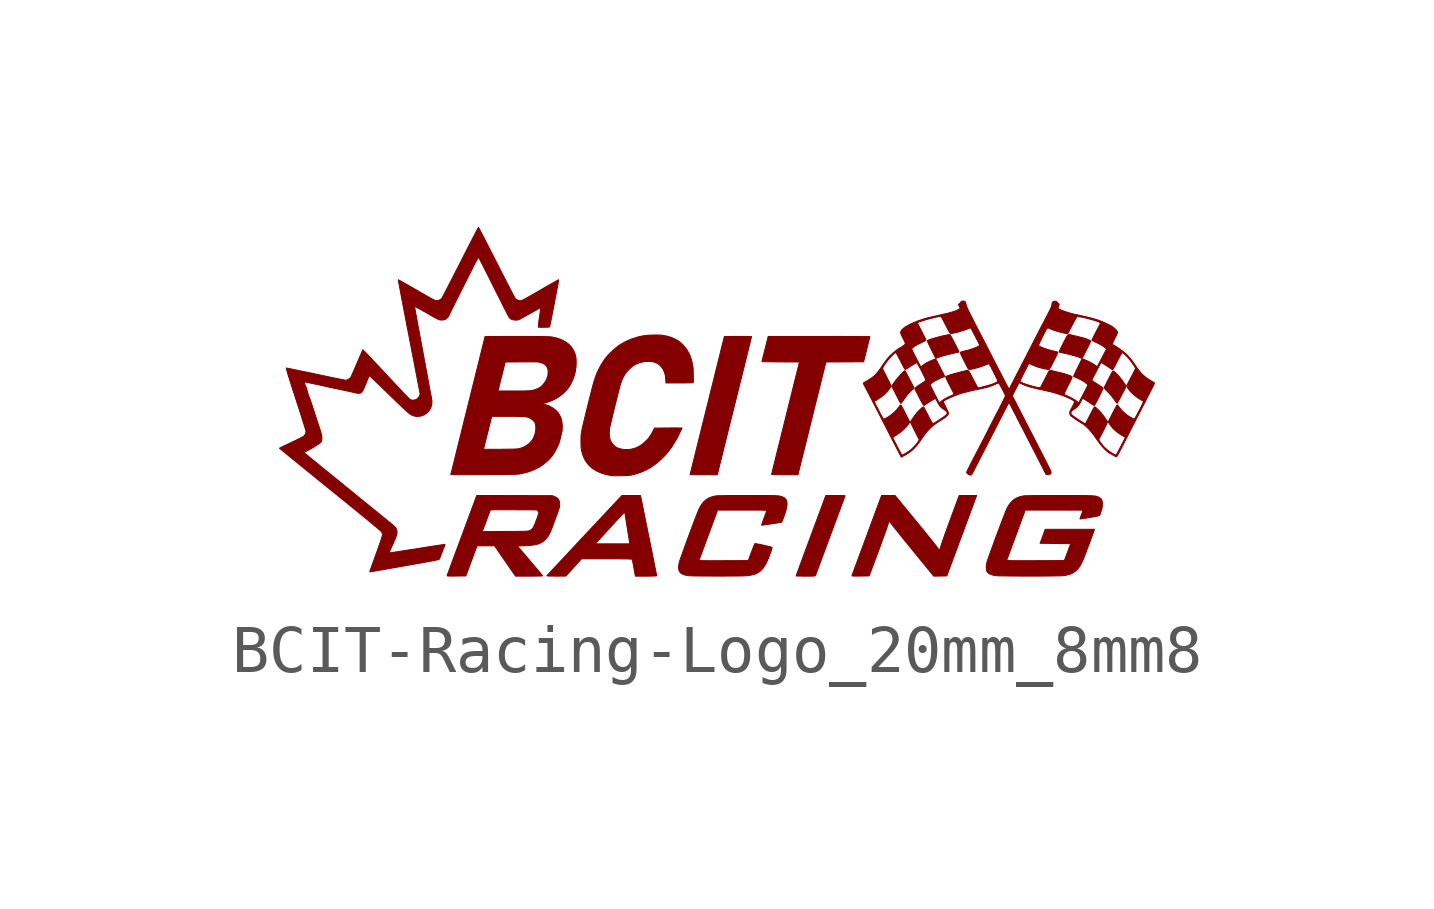
<source format=kicad_sym>
(kicad_symbol_lib
  (version 20241209)
  (generator "kicad_symbol_editor")
  (generator_version "9.0")
  (symbol "BCIT-Racing-Logo_20mm_8mm8"
    (pin_names
      (offset 1.016))
    (property "Reference" "#G"
      (at 0 3.781 0)
      (effects (font (size 1.27 1.27)) (hide yes)))
    (symbol "BCIT-Racing-Logo_20mm_8mm8_0_0"
      (polyline (pts (xy -7.577 -3.55) (xy -7.553 -3.546) (xy -7.516 -3.54) (xy -7.466 -3.531) (xy -7.405 -3.52) (xy -7.333 -3.508) (xy -7.253 -3.494) (xy -7.165 -3.478) (xy -7.071 -3.462) (xy -6.97 -3.444) (xy -6.865 -3.426) (xy -6.858 -3.424) (xy -6.737 -3.403) (xy -6.63 -3.384) (xy -6.537 -3.368) (xy -6.457 -3.353) (xy -6.389 -3.341) (xy -6.331 -3.33) (xy -6.284 -3.321) (xy -6.245 -3.314) (xy -6.214 -3.308) (xy -6.19 -3.302) (xy -6.173 -3.298) (xy -6.16 -3.294) (xy -6.151 -3.29) (xy -6.146 -3.287) (xy -6.143 -3.283) (xy -6.14 -3.28) (xy -6.14 -3.279) (xy -6.132 -3.262) (xy -6.121 -3.234) (xy -6.107 -3.199) (xy -6.092 -3.16) (xy -6.09 -3.155) (xy -6.075 -3.116) (xy -6.062 -3.08) (xy -6.051 -3.052) (xy -6.044 -3.036) (xy -6.035 -3.014) (xy -6.028 -2.994) (xy -6.026 -2.985) (xy -6.03 -2.979) (xy -6.045 -2.98) (xy -6.054 -2.981) (xy -6.079 -2.985) (xy -6.111 -2.99) (xy -6.148 -2.996) (xy -6.192 -3.002) (xy -6.251 -3.011) (xy -6.315 -3.021) (xy -6.378 -3.031) (xy -6.437 -3.04) (xy -6.484 -3.048) (xy -6.531 -3.055) (xy -6.596 -3.066) (xy -6.658 -3.076) (xy -6.713 -3.084) (xy -6.758 -3.091) (xy -6.791 -3.096) (xy -6.816 -3.099) (xy -6.856 -3.106) (xy -6.892 -3.111) (xy -6.947 -3.12) (xy -7.015 -3.131) (xy -7.072 -3.14) (xy -7.118 -3.147) (xy -7.151 -3.151) (xy -7.169 -3.152) (xy -7.191 -3.152) (xy -7.123 -3.002) (xy -7.098 -2.947) (xy -7.074 -2.893) (xy -7.056 -2.85) (xy -7.043 -2.815) (xy -7.033 -2.787) (xy -7.028 -2.764) (xy -7.025 -2.744) (xy -7.024 -2.725) (xy -7.026 -2.697) (xy -7.039 -2.655) (xy -7.066 -2.615) (xy -7.107 -2.577) (xy -7.135 -2.555) (xy -7.175 -2.522) (xy -7.221 -2.485) (xy -7.275 -2.441) (xy -7.339 -2.388) (xy -7.37 -2.363) (xy -7.403 -2.336) (xy -7.432 -2.312) (xy -7.452 -2.296) (xy -7.466 -2.285) (xy -7.492 -2.264) (xy -7.525 -2.237) (xy -7.562 -2.207) (xy -7.602 -2.175) (xy -7.626 -2.155) (xy -7.677 -2.114) (xy -7.733 -2.068) (xy -7.787 -2.024) (xy -7.836 -1.984) (xy -7.837 -1.983) (xy -7.891 -1.939) (xy -7.935 -1.903) (xy -7.971 -1.874) (xy -8 -1.85) (xy -8.025 -1.83) (xy -8.047 -1.812) (xy -8.069 -1.794) (xy -8.093 -1.774) (xy -8.12 -1.752) (xy -8.123 -1.749) (xy -8.156 -1.722) (xy -8.187 -1.697) (xy -8.212 -1.677) (xy -8.228 -1.664) (xy -8.244 -1.651) (xy -8.269 -1.631) (xy -8.3 -1.607) (xy -8.332 -1.58) (xy -8.362 -1.556) (xy -8.398 -1.526) (xy -8.431 -1.5) (xy -8.455 -1.48) (xy -8.456 -1.479) (xy -8.477 -1.462) (xy -8.508 -1.438) (xy -8.545 -1.407) (xy -8.586 -1.374) (xy -8.627 -1.34) (xy -8.643 -1.327) (xy -8.701 -1.28) (xy -8.749 -1.241) (xy -8.788 -1.209) (xy -8.82 -1.183) (xy -8.847 -1.161) (xy -8.869 -1.143) (xy -8.89 -1.126) (xy -8.91 -1.11) (xy -8.917 -1.105) (xy -8.939 -1.087) (xy -8.954 -1.072) (xy -8.96 -1.065) (xy -8.96 -1.065) (xy -8.953 -1.059) (xy -8.935 -1.048) (xy -8.91 -1.036) (xy -8.888 -1.025) (xy -8.845 -1.002) (xy -8.8 -0.977) (xy -8.754 -0.95) (xy -8.71 -0.923) (xy -8.671 -0.897) (xy -8.639 -0.875) (xy -8.615 -0.857) (xy -8.604 -0.846) (xy -8.602 -0.841) (xy -8.593 -0.81) (xy -8.589 -0.765) (xy -8.589 -0.755) (xy -8.59 -0.741) (xy -8.591 -0.725) (xy -8.595 -0.707) (xy -8.6 -0.684) (xy -8.608 -0.656) (xy -8.618 -0.62) (xy -8.632 -0.575) (xy -8.65 -0.52) (xy -8.672 -0.453) (xy -8.699 -0.372) (xy -8.713 -0.329) (xy -8.736 -0.258) (xy -8.758 -0.192) (xy -8.778 -0.131) (xy -8.795 -0.078) (xy -8.809 -0.035) (xy -8.82 -0.003) (xy -8.826 0.016) (xy -8.835 0.043) (xy -8.846 0.073) (xy -8.856 0.096) (xy -8.861 0.108) (xy -8.871 0.135) (xy -8.882 0.17) (xy -8.892 0.208) (xy -8.899 0.235) (xy -8.908 0.268) (xy -8.917 0.294) (xy -8.923 0.308) (xy -8.924 0.309) (xy -8.934 0.328) (xy -8.943 0.352) (xy -8.95 0.376) (xy -8.954 0.394) (xy -8.953 0.403) (xy -8.945 0.404) (xy -8.926 0.401) (xy -8.9 0.396) (xy -8.886 0.393) (xy -8.853 0.386) (xy -8.812 0.377) (xy -8.765 0.367) (xy -8.716 0.357) (xy -8.685 0.35) (xy -8.636 0.34) (xy -8.591 0.33) (xy -8.554 0.322) (xy -8.528 0.316) (xy -8.515 0.313) (xy -8.482 0.306) (xy -8.44 0.296) (xy -8.393 0.286) (xy -8.344 0.276) (xy -8.297 0.266) (xy -8.202 0.246) (xy -8.121 0.229) (xy -8.054 0.214) (xy -8 0.202) (xy -7.956 0.193) (xy -7.924 0.185) (xy -7.902 0.18) (xy -7.888 0.176) (xy -7.88 0.174) (xy -7.851 0.17) (xy -7.821 0.168) (xy -7.819 0.168) (xy -7.799 0.17) (xy -7.781 0.175) (xy -7.765 0.186) (xy -7.749 0.204) (xy -7.733 0.23) (xy -7.715 0.267) (xy -7.694 0.316) (xy -7.669 0.378) (xy -7.662 0.395) (xy -7.644 0.44) (xy -7.628 0.479) (xy -7.614 0.509) (xy -7.605 0.529) (xy -7.6 0.536) (xy -7.598 0.535) (xy -7.587 0.524) (xy -7.565 0.504) (xy -7.535 0.475) (xy -7.496 0.439) (xy -7.452 0.396) (xy -7.401 0.348) (xy -7.346 0.295) (xy -7.288 0.238) (xy -7.255 0.206) (xy -7.17 0.123) (xy -7.095 0.051) (xy -7.03 -0.012) (xy -6.974 -0.066) (xy -6.925 -0.112) (xy -6.884 -0.151) (xy -6.85 -0.183) (xy -6.821 -0.209) (xy -6.798 -0.23) (xy -6.778 -0.247) (xy -6.762 -0.26) (xy -6.749 -0.269) (xy -6.737 -0.277) (xy -6.727 -0.282) (xy -6.666 -0.306) (xy -6.601 -0.315) (xy -6.535 -0.308) (xy -6.47 -0.285) (xy -6.448 -0.274) (xy -6.393 -0.235) (xy -6.35 -0.186) (xy -6.319 -0.129) (xy -6.301 -0.065) (xy -6.297 0.005) (xy -6.307 0.077) (xy -6.31 0.092) (xy -6.317 0.126) (xy -6.326 0.17) (xy -6.335 0.218) (xy -6.345 0.268) (xy -6.354 0.32) (xy -6.367 0.389) (xy -6.381 0.469) (xy -6.398 0.561) (xy -6.418 0.665) (xy -6.439 0.781) (xy -6.463 0.912) (xy -6.49 1.056) (xy -6.52 1.216) (xy -6.528 1.26) (xy -6.541 1.331) (xy -6.555 1.403) (xy -6.567 1.472) (xy -6.579 1.534) (xy -6.588 1.584) (xy -6.594 1.618) (xy -6.605 1.678) (xy -6.617 1.739) (xy -6.627 1.796) (xy -6.636 1.843) (xy -6.638 1.855) (xy -6.645 1.895) (xy -6.651 1.93) (xy -6.655 1.956) (xy -6.656 1.97) (xy -6.656 1.977) (xy -6.652 1.982) (xy -6.642 1.974) (xy -6.64 1.972) (xy -6.623 1.962) (xy -6.598 1.947) (xy -6.568 1.932) (xy -6.558 1.927) (xy -6.532 1.913) (xy -6.513 1.902) (xy -6.504 1.897) (xy -6.5 1.893) (xy -6.484 1.884) (xy -6.462 1.873) (xy -6.451 1.867) (xy -6.421 1.851) (xy -6.396 1.836) (xy -6.396 1.835) (xy -6.381 1.826) (xy -6.361 1.814) (xy -6.336 1.799) (xy -6.302 1.78) (xy -6.258 1.756) (xy -6.201 1.726) (xy -6.17 1.71) (xy -6.144 1.7) (xy -6.121 1.695) (xy -6.093 1.694) (xy -6.077 1.694) (xy -6.043 1.699) (xy -6.019 1.707) (xy -6.004 1.716) (xy -5.984 1.734) (xy -5.964 1.754) (xy -5.95 1.772) (xy -5.944 1.785) (xy -5.942 1.789) (xy -5.934 1.807) (xy -5.921 1.836) (xy -5.902 1.874) (xy -5.879 1.921) (xy -5.853 1.973) (xy -5.825 2.03) (xy -5.804 2.071) (xy -5.771 2.138) (xy -5.733 2.213) (xy -5.691 2.296) (xy -5.648 2.382) (xy -5.604 2.47) (xy -5.561 2.556) (xy -5.52 2.638) (xy -5.507 2.664) (xy -5.471 2.733) (xy -5.439 2.798) (xy -5.409 2.856) (xy -5.382 2.906) (xy -5.36 2.947) (xy -5.343 2.978) (xy -5.332 2.997) (xy -5.327 3.003) (xy -5.323 2.996) (xy -5.312 2.976) (xy -5.295 2.943) (xy -5.272 2.899) (xy -5.245 2.846) (xy -5.213 2.784) (xy -5.178 2.714) (xy -5.139 2.638) (xy -5.098 2.556) (xy -5.056 2.471) (xy -5.018 2.395) (xy -4.962 2.283) (xy -4.912 2.184) (xy -4.868 2.098) (xy -4.83 2.022) (xy -4.798 1.958) (xy -4.771 1.904) (xy -4.748 1.859) (xy -4.729 1.822) (xy -4.714 1.794) (xy -4.702 1.772) (xy -4.694 1.757) (xy -4.688 1.747) (xy -4.679 1.736) (xy -4.649 1.713) (xy -4.607 1.698) (xy -4.556 1.693) (xy -4.53 1.693) (xy -4.504 1.696) (xy -4.481 1.704) (xy -4.453 1.719) (xy -4.43 1.732) (xy -4.395 1.751) (xy -4.365 1.768) (xy -4.322 1.792) (xy -4.263 1.825) (xy -4.207 1.856) (xy -4.158 1.883) (xy -4.115 1.907) (xy -4.082 1.927) (xy -4.06 1.94) (xy -4.05 1.946) (xy -4.048 1.948) (xy -4.042 1.952) (xy -4.038 1.953) (xy -4.035 1.95) (xy -4.034 1.941) (xy -4.035 1.925) (xy -4.037 1.9) (xy -4.042 1.864) (xy -4.048 1.818) (xy -4.057 1.758) (xy -4.069 1.684) (xy -4.07 1.672) (xy -4.075 1.635) (xy -4.078 1.602) (xy -4.08 1.578) (xy -4.08 1.544) (xy -4.03 1.544) (xy -4.022 1.543) (xy -3.966 1.543) (xy -3.919 1.544) (xy -3.882 1.546) (xy -3.857 1.548) (xy -3.847 1.551) (xy -3.847 1.551) (xy -3.844 1.563) (xy -3.838 1.588) (xy -3.83 1.626) (xy -3.82 1.673) (xy -3.809 1.73) (xy -3.796 1.794) (xy -3.783 1.863) (xy -3.768 1.937) (xy -3.754 2.012) (xy -3.739 2.088) (xy -3.725 2.163) (xy -3.711 2.236) (xy -3.698 2.304) (xy -3.686 2.366) (xy -3.676 2.421) (xy -3.668 2.467) (xy -3.662 2.502) (xy -3.659 2.524) (xy -3.658 2.533) (xy -3.659 2.532) (xy -3.67 2.527) (xy -3.694 2.514) (xy -3.729 2.495) (xy -3.772 2.471) (xy -3.825 2.441) (xy -3.884 2.408) (xy -3.948 2.371) (xy -4.017 2.331) (xy -4.068 2.301) (xy -4.146 2.256) (xy -4.212 2.219) (xy -4.267 2.187) (xy -4.312 2.162) (xy -4.349 2.142) (xy -4.378 2.126) (xy -4.401 2.114) (xy -4.418 2.106) (xy -4.432 2.101) (xy -4.443 2.098) (xy -4.452 2.097) (xy -4.46 2.096) (xy -4.478 2.099) (xy -4.509 2.109) (xy -4.54 2.124) (xy -4.561 2.141) (xy -4.565 2.147) (xy -4.575 2.166) (xy -4.592 2.198) (xy -4.615 2.241) (xy -4.643 2.295) (xy -4.676 2.359) (xy -4.714 2.431) (xy -4.755 2.511) (xy -4.799 2.598) (xy -4.847 2.691) (xy -4.897 2.789) (xy -4.948 2.89) (xy -4.989 2.97) (xy -5.039 3.067) (xy -5.086 3.16) (xy -5.131 3.248) (xy -5.172 3.328) (xy -5.21 3.401) (xy -5.243 3.465) (xy -5.272 3.52) (xy -5.295 3.564) (xy -5.312 3.597) (xy -5.324 3.617) (xy -5.328 3.624) (xy -5.331 3.62) (xy -5.341 3.602) (xy -5.357 3.572) (xy -5.379 3.53) (xy -5.406 3.478) (xy -5.439 3.416) (xy -5.475 3.345) (xy -5.516 3.266) (xy -5.56 3.18) (xy -5.607 3.088) (xy -5.656 2.991) (xy -5.708 2.89) (xy -5.747 2.813) (xy -5.798 2.714) (xy -5.846 2.62) (xy -5.891 2.532) (xy -5.933 2.45) (xy -5.971 2.376) (xy -6.005 2.31) (xy -6.035 2.253) (xy -6.059 2.207) (xy -6.077 2.172) (xy -6.089 2.15) (xy -6.095 2.141) (xy -6.108 2.13) (xy -6.136 2.113) (xy -6.168 2.101) (xy -6.196 2.096) (xy -6.201 2.096) (xy -6.21 2.097) (xy -6.219 2.1) (xy -6.232 2.104) (xy -6.248 2.111) (xy -6.268 2.121) (xy -6.295 2.134) (xy -6.328 2.153) (xy -6.369 2.176) (xy -6.42 2.205) (xy -6.481 2.24) (xy -6.554 2.282) (xy -6.639 2.331) (xy -6.661 2.344) (xy -6.729 2.383) (xy -6.792 2.419) (xy -6.849 2.451) (xy -6.898 2.479) (xy -6.939 2.502) (xy -6.971 2.519) (xy -6.991 2.529) (xy -6.998 2.533) (xy -6.998 2.532) (xy -6.996 2.519) (xy -6.992 2.492) (xy -6.984 2.451) (xy -6.974 2.397) (xy -6.962 2.331) (xy -6.947 2.254) (xy -6.931 2.167) (xy -6.913 2.07) (xy -6.893 1.965) (xy -6.871 1.852) (xy -6.848 1.732) (xy -6.824 1.606) (xy -6.798 1.475) (xy -6.772 1.34) (xy -6.542 0.151) (xy -6.557 0.114) (xy -6.565 0.097) (xy -6.594 0.06) (xy -6.632 0.036) (xy -6.678 0.026) (xy -6.69 0.025) (xy -6.715 0.026) (xy -6.735 0.032) (xy -6.757 0.045) (xy -6.764 0.051) (xy -6.782 0.068) (xy -6.809 0.096) (xy -6.845 0.132) (xy -6.888 0.177) (xy -6.938 0.23) (xy -6.994 0.289) (xy -7.055 0.354) (xy -7.121 0.424) (xy -7.19 0.497) (xy -7.261 0.574) (xy -7.318 0.635) (xy -7.386 0.708) (xy -7.45 0.776) (xy -7.51 0.84) (xy -7.565 0.898) (xy -7.613 0.949) (xy -7.655 0.993) (xy -7.689 1.028) (xy -7.715 1.053) (xy -7.731 1.069) (xy -7.737 1.074) (xy -7.737 1.074) (xy -7.742 1.064) (xy -7.752 1.041) (xy -7.767 1.007) (xy -7.786 0.964) (xy -7.808 0.912) (xy -7.833 0.855) (xy -7.859 0.792) (xy -7.861 0.789) (xy -7.888 0.726) (xy -7.913 0.667) (xy -7.936 0.614) (xy -7.956 0.569) (xy -7.973 0.533) (xy -7.984 0.508) (xy -7.991 0.496) (xy -7.993 0.493) (xy -8.014 0.475) (xy -8.041 0.458) (xy -8.07 0.445) (xy -8.094 0.44) (xy -8.094 0.44) (xy -8.108 0.442) (xy -8.135 0.448) (xy -8.175 0.456) (xy -8.228 0.466) (xy -8.29 0.479) (xy -8.362 0.494) (xy -8.442 0.51) (xy -8.528 0.529) (xy -8.62 0.548) (xy -8.717 0.569) (xy -8.736 0.573) (xy -8.832 0.593) (xy -8.922 0.612) (xy -9.007 0.629) (xy -9.084 0.645) (xy -9.154 0.66) (xy -9.213 0.672) (xy -9.262 0.682) (xy -9.299 0.689) (xy -9.322 0.693) (xy -9.332 0.695) (xy -9.332 0.694) (xy -9.33 0.682) (xy -9.323 0.655) (xy -9.311 0.613) (xy -9.294 0.556) (xy -9.272 0.484) (xy -9.244 0.397) (xy -9.212 0.294) (xy -9.174 0.177) (xy -9.131 0.044) (xy -9.109 -0.024) (xy -9.078 -0.12) (xy -9.049 -0.211) (xy -9.021 -0.296) (xy -8.997 -0.373) (xy -8.975 -0.443) (xy -8.956 -0.503) (xy -8.941 -0.553) (xy -8.93 -0.591) (xy -8.922 -0.615) (xy -8.92 -0.626) (xy -8.924 -0.652) (xy -8.939 -0.689) (xy -8.963 -0.721) (xy -8.97 -0.726) (xy -8.99 -0.738) (xy -9.023 -0.755) (xy -9.064 -0.777) (xy -9.114 -0.801) (xy -9.169 -0.828) (xy -9.228 -0.856) (xy -9.271 -0.876) (xy -9.325 -0.902) (xy -9.374 -0.925) (xy -9.414 -0.945) (xy -9.445 -0.961) (xy -9.465 -0.971) (xy -9.472 -0.976) (xy -9.472 -0.976) (xy -9.464 -0.983) (xy -9.444 -1) (xy -9.413 -1.025) (xy -9.372 -1.059) (xy -9.321 -1.101) (xy -9.261 -1.15) (xy -9.193 -1.206) (xy -9.116 -1.268) (xy -9.032 -1.337) (xy -8.942 -1.41) (xy -8.846 -1.488) (xy -8.744 -1.571) (xy -8.638 -1.657) (xy -8.527 -1.746) (xy -8.414 -1.839) (xy -8.348 -1.891) (xy -8.212 -2.002) (xy -8.087 -2.103) (xy -7.974 -2.195) (xy -7.872 -2.278) (xy -7.78 -2.353) (xy -7.698 -2.42) (xy -7.626 -2.479) (xy -7.564 -2.531) (xy -7.51 -2.576) (xy -7.464 -2.614) (xy -7.426 -2.646) (xy -7.396 -2.672) (xy -7.373 -2.692) (xy -7.357 -2.708) (xy -7.346 -2.718) (xy -7.342 -2.724) (xy -7.341 -2.726) (xy -7.332 -2.754) (xy -7.328 -2.783) (xy -7.331 -2.799) (xy -7.339 -2.828) (xy -7.353 -2.872) (xy -7.372 -2.928) (xy -7.396 -2.997) (xy -7.424 -3.077) (xy -7.457 -3.169) (xy -7.482 -3.237) (xy -7.506 -3.305) (xy -7.529 -3.368) (xy -7.549 -3.422) (xy -7.565 -3.469) (xy -7.578 -3.504) (xy -7.587 -3.528) (xy -7.59 -3.538) (xy -7.591 -3.546) (xy -7.587 -3.552) (xy -7.587 -3.552) (xy -7.577 -3.55)) (stroke (width 0.01) (type default)) (fill (type outline)))
      (polyline (pts (xy -5.512 -1.527) (xy -5.42 -1.527) (xy -5.321 -1.526) (xy -5.218 -1.526) (xy -5.11 -1.525) (xy -5 -1.525) (xy -4.904 -1.524) (xy -4.821 -1.524) (xy -4.75 -1.523) (xy -4.689 -1.522) (xy -4.638 -1.521) (xy -4.596 -1.52) (xy -4.561 -1.519) (xy -4.532 -1.518) (xy -4.508 -1.516) (xy -4.488 -1.514) (xy -4.471 -1.512) (xy -4.456 -1.509) (xy -4.43 -1.504) (xy -4.296 -1.471) (xy -4.173 -1.426) (xy -4.062 -1.37) (xy -4.05 -1.363) (xy -4.005 -1.333) (xy -3.958 -1.297) (xy -3.911 -1.258) (xy -3.869 -1.219) (xy -3.833 -1.183) (xy -3.808 -1.152) (xy -3.759 -1.087) (xy -3.758 -1.086) (xy -3.748 -1.071) (xy -3.734 -1.044) (xy -3.716 -1.011) (xy -3.698 -0.974) (xy -3.68 -0.937) (xy -3.664 -0.903) (xy -3.653 -0.876) (xy -3.652 -0.873) (xy -3.644 -0.85) (xy -3.635 -0.816) (xy -3.624 -0.775) (xy -3.613 -0.73) (xy -3.603 -0.687) (xy -3.594 -0.647) (xy -3.587 -0.616) (xy -3.584 -0.596) (xy -3.584 -0.588) (xy -3.582 -0.513) (xy -3.588 -0.44) (xy -3.6 -0.376) (xy -3.608 -0.352) (xy -3.62 -0.322) (xy -3.634 -0.294) (xy -3.646 -0.272) (xy -3.656 -0.26) (xy -3.659 -0.258) (xy -3.661 -0.249) (xy -3.661 -0.246) (xy -3.67 -0.233) (xy -3.688 -0.214) (xy -3.711 -0.191) (xy -3.717 -0.185) (xy -3.783 -0.134) (xy -3.858 -0.094) (xy -3.938 -0.067) (xy -3.94 -0.067) (xy -3.966 -0.059) (xy -3.985 -0.053) (xy -3.992 -0.049) (xy -3.987 -0.045) (xy -3.971 -0.04) (xy -3.946 -0.033) (xy -3.904 -0.022) (xy -3.817 0.008) (xy -3.73 0.049) (xy -3.648 0.098) (xy -3.617 0.121) (xy -3.581 0.151) (xy -3.544 0.184) (xy -3.51 0.217) (xy -3.482 0.248) (xy -3.464 0.271) (xy -3.454 0.286) (xy -3.444 0.299) (xy -3.444 0.3) (xy -3.431 0.318) (xy -3.414 0.347) (xy -3.396 0.383) (xy -3.377 0.421) (xy -3.361 0.457) (xy -3.348 0.488) (xy -3.346 0.493) (xy -3.337 0.522) (xy -3.327 0.555) (xy -3.318 0.588) (xy -3.311 0.616) (xy -3.307 0.636) (xy -3.307 0.645) (xy -3.307 0.649) (xy -3.306 0.664) (xy -3.301 0.686) (xy -3.299 0.694) (xy -3.296 0.723) (xy -3.294 0.761) (xy -3.293 0.805) (xy -3.293 0.848) (xy -3.295 0.888) (xy -3.299 0.917) (xy -3.312 0.974) (xy -3.343 1.054) (xy -3.387 1.125) (xy -3.444 1.187) (xy -3.513 1.24) (xy -3.595 1.283) (xy -3.688 1.317) (xy -3.793 1.34) (xy -3.805 1.342) (xy -3.824 1.344) (xy -3.846 1.345) (xy -3.874 1.347) (xy -3.907 1.348) (xy -3.948 1.349) (xy -3.998 1.35) (xy -4.056 1.351) (xy -4.126 1.351) (xy -4.207 1.352) (xy -4.3 1.352) (xy -4.408 1.352) (xy -4.53 1.352) (xy -4.588 1.352) (xy -4.687 1.352) (xy -4.78 1.352) (xy -4.867 1.352) (xy -4.946 1.351) (xy -5.017 1.351) (xy -5.077 1.351) (xy -5.125 1.35) (xy -5.162 1.35) (xy -5.184 1.349) (xy -5.192 1.349) (xy -5.193 1.344) (xy -5.198 1.324) (xy -5.206 1.291) (xy -5.218 1.243) (xy -5.233 1.184) (xy -5.25 1.112) (xy -5.271 1.029) (xy -5.294 0.936) (xy -5.319 0.834) (xy -5.347 0.722) (xy -5.377 0.603) (xy -5.408 0.476) (xy -5.441 0.343) (xy -5.473 0.216) (xy -4.92 0.216) (xy -4.915 0.24) (xy -4.912 0.252) (xy -4.906 0.277) (xy -4.897 0.314) (xy -4.886 0.361) (xy -4.872 0.416) (xy -4.857 0.477) (xy -4.84 0.542) (xy -4.771 0.82) (xy -4.428 0.822) (xy -4.354 0.823) (xy -4.283 0.823) (xy -4.225 0.823) (xy -4.178 0.823) (xy -4.141 0.822) (xy -4.112 0.821) (xy -4.089 0.82) (xy -4.071 0.817) (xy -4.055 0.815) (xy -4.041 0.811) (xy -4.027 0.807) (xy -3.975 0.786) (xy -3.931 0.755) (xy -3.899 0.715) (xy -3.881 0.667) (xy -3.877 0.613) (xy -3.879 0.591) (xy -3.88 0.565) (xy -3.881 0.548) (xy -3.882 0.539) (xy -3.888 0.524) (xy -3.889 0.523) (xy -3.895 0.508) (xy -3.9 0.486) (xy -3.901 0.48) (xy -3.907 0.463) (xy -3.913 0.456) (xy -3.917 0.453) (xy -3.92 0.44) (xy -3.922 0.431) (xy -3.928 0.424) (xy -3.931 0.424) (xy -3.936 0.415) (xy -3.936 0.413) (xy -3.944 0.399) (xy -3.959 0.379) (xy -3.978 0.355) (xy -3.998 0.333) (xy -4.016 0.314) (xy -4.034 0.301) (xy -4.072 0.278) (xy -4.118 0.257) (xy -4.166 0.239) (xy -4.211 0.228) (xy -4.229 0.225) (xy -4.254 0.222) (xy -4.286 0.22) (xy -4.325 0.219) (xy -4.375 0.217) (xy -4.435 0.217) (xy -4.509 0.216) (xy -4.597 0.216) (xy -4.92 0.216) (xy -5.473 0.216) (xy -5.476 0.204) (xy -5.511 0.06) (xy -5.548 -0.088) (xy -5.577 -0.204) (xy -5.613 -0.349) (xy -5.648 -0.489) (xy -5.681 -0.624) (xy -5.713 -0.752) (xy -5.743 -0.873) (xy -5.771 -0.986) (xy -5.772 -0.991) (xy -5.223 -0.991) (xy -5.221 -0.987) (xy -5.216 -0.968) (xy -5.208 -0.937) (xy -5.198 -0.895) (xy -5.185 -0.843) (xy -5.17 -0.783) (xy -5.153 -0.717) (xy -5.135 -0.646) (xy -5.052 -0.312) (xy -4.72 -0.312) (xy -4.664 -0.312) (xy -4.581 -0.312) (xy -4.511 -0.313) (xy -4.454 -0.315) (xy -4.407 -0.317) (xy -4.368 -0.32) (xy -4.337 -0.323) (xy -4.311 -0.328) (xy -4.289 -0.334) (xy -4.269 -0.342) (xy -4.25 -0.351) (xy -4.237 -0.359) (xy -4.216 -0.375) (xy -4.193 -0.394) (xy -4.173 -0.413) (xy -4.158 -0.429) (xy -4.154 -0.439) (xy -4.154 -0.439) (xy -4.151 -0.45) (xy -4.145 -0.468) (xy -4.136 -0.503) (xy -4.133 -0.55) (xy -4.136 -0.603) (xy -4.146 -0.658) (xy -4.149 -0.67) (xy -4.157 -0.698) (xy -4.165 -0.718) (xy -4.169 -0.727) (xy -4.174 -0.733) (xy -4.176 -0.749) (xy -4.178 -0.761) (xy -4.184 -0.768) (xy -4.186 -0.768) (xy -4.192 -0.776) (xy -4.192 -0.778) (xy -4.2 -0.794) (xy -4.216 -0.816) (xy -4.238 -0.841) (xy -4.263 -0.867) (xy -4.289 -0.89) (xy -4.314 -0.909) (xy -4.357 -0.937) (xy -4.402 -0.958) (xy -4.456 -0.977) (xy -4.47 -0.98) (xy -4.484 -0.984) (xy -4.5 -0.987) (xy -4.519 -0.989) (xy -4.543 -0.991) (xy -4.573 -0.993) (xy -4.61 -0.994) (xy -4.657 -0.995) (xy -4.715 -0.996) (xy -4.786 -0.997) (xy -4.871 -0.998) (xy -4.912 -0.998) (xy -4.992 -0.999) (xy -5.057 -0.999) (xy -5.109 -0.999) (xy -5.15 -0.999) (xy -5.18 -0.998) (xy -5.201 -0.997) (xy -5.215 -0.996) (xy -5.221 -0.993) (xy -5.223 -0.991) (xy -5.772 -0.991) (xy -5.797 -1.091) (xy -5.82 -1.186) (xy -5.841 -1.271) (xy -5.86 -1.345) (xy -5.875 -1.407) (xy -5.888 -1.458) (xy -5.897 -1.494) (xy -5.902 -1.517) (xy -5.904 -1.525) (xy -5.899 -1.526) (xy -5.88 -1.526) (xy -5.847 -1.526) (xy -5.801 -1.527) (xy -5.744 -1.527) (xy -5.676 -1.527) (xy -5.598 -1.527) (xy -5.512 -1.527)) (stroke (width 0.01) (type default)) (fill (type outline)))
      (polyline (pts (xy -4.215 -3.64) (xy -4.154 -3.639) (xy -4.101 -3.639) (xy -4.056 -3.638) (xy -4.022 -3.637) (xy -4 -3.635) (xy -3.992 -3.634) (xy -3.993 -3.633) (xy -4 -3.623) (xy -4.017 -3.603) (xy -4.042 -3.572) (xy -4.074 -3.534) (xy -4.112 -3.488) (xy -4.156 -3.437) (xy -4.204 -3.38) (xy -4.255 -3.32) (xy -4.517 -3.012) (xy -4.356 -3.006) (xy -4.291 -3.003) (xy -4.206 -2.995) (xy -4.134 -2.983) (xy -4.072 -2.966) (xy -4.02 -2.943) (xy -3.974 -2.913) (xy -3.933 -2.877) (xy -3.895 -2.832) (xy -3.894 -2.83) (xy -3.879 -2.81) (xy -3.866 -2.79) (xy -3.853 -2.768) (xy -3.841 -2.743) (xy -3.827 -2.712) (xy -3.811 -2.673) (xy -3.792 -2.625) (xy -3.77 -2.566) (xy -3.743 -2.494) (xy -3.732 -2.463) (xy -3.707 -2.395) (xy -3.687 -2.34) (xy -3.671 -2.296) (xy -3.659 -2.26) (xy -3.65 -2.232) (xy -3.644 -2.21) (xy -3.64 -2.191) (xy -3.638 -2.174) (xy -3.637 -2.158) (xy -3.637 -2.14) (xy -3.638 -2.123) (xy -3.646 -2.075) (xy -3.665 -2.036) (xy -3.697 -2.006) (xy -3.744 -1.982) (xy -3.788 -1.964) (xy -4.576 -1.962) (xy -5.364 -1.96) (xy -5.643 -2.713) (xy -5.248 -2.713) (xy -5.221 -2.638) (xy -5.212 -2.614) (xy -5.197 -2.575) (xy -5.181 -2.531) (xy -5.163 -2.483) (xy -5.145 -2.434) (xy -5.128 -2.387) (xy -5.112 -2.345) (xy -5.099 -2.309) (xy -5.089 -2.283) (xy -5.084 -2.27) (xy -5.083 -2.268) (xy -5.08 -2.265) (xy -5.074 -2.263) (xy -5.064 -2.261) (xy -5.049 -2.26) (xy -5.027 -2.259) (xy -4.998 -2.258) (xy -4.96 -2.257) (xy -4.912 -2.257) (xy -4.853 -2.257) (xy -4.781 -2.257) (xy -4.696 -2.257) (xy -4.596 -2.258) (xy -4.113 -2.26) (xy -4.093 -2.279) (xy -4.091 -2.281) (xy -4.078 -2.299) (xy -4.072 -2.318) (xy -4.072 -2.318) (xy -4.075 -2.333) (xy -4.083 -2.36) (xy -4.095 -2.396) (xy -4.109 -2.437) (xy -4.125 -2.48) (xy -4.141 -2.523) (xy -4.157 -2.562) (xy -4.171 -2.594) (xy -4.182 -2.617) (xy -4.2 -2.645) (xy -4.23 -2.675) (xy -4.272 -2.696) (xy -4.274 -2.697) (xy -4.284 -2.699) (xy -4.301 -2.701) (xy -4.324 -2.703) (xy -4.355 -2.705) (xy -4.395 -2.706) (xy -4.446 -2.707) (xy -4.508 -2.708) (xy -4.582 -2.709) (xy -4.671 -2.709) (xy -4.774 -2.71) (xy -5.248 -2.713) (xy -5.643 -2.713) (xy -5.671 -2.79) (xy -5.68 -2.813) (xy -5.721 -2.922) (xy -5.76 -3.028) (xy -5.797 -3.128) (xy -5.832 -3.222) (xy -5.864 -3.308) (xy -5.893 -3.387) (xy -5.918 -3.456) (xy -5.94 -3.515) (xy -5.958 -3.563) (xy -5.971 -3.599) (xy -5.979 -3.621) (xy -5.982 -3.63) (xy -5.982 -3.632) (xy -5.976 -3.635) (xy -5.961 -3.637) (xy -5.937 -3.638) (xy -5.901 -3.639) (xy -5.852 -3.639) (xy -5.788 -3.638) (xy -5.591 -3.636) (xy -5.533 -3.48) (xy -5.517 -3.438) (xy -5.492 -3.37) (xy -5.465 -3.298) (xy -5.439 -3.228) (xy -5.416 -3.166) (xy -5.358 -3.008) (xy -5.176 -3.008) (xy -4.994 -3.008) (xy -4.775 -3.324) (xy -4.556 -3.64) (xy -4.274 -3.64) (xy -4.215 -3.64)) (stroke (width 0.01) (type default)) (fill (type outline)))
      (polyline (pts (xy -2.412 -1.549) (xy -2.36 -1.548) (xy -2.299 -1.547) (xy -2.241 -1.545) (xy -2.195 -1.542) (xy -2.158 -1.538) (xy -2.128 -1.532) (xy -2.108 -1.527) (xy -2.036 -1.507) (xy -1.962 -1.482) (xy -1.893 -1.455) (xy -1.833 -1.427) (xy -1.817 -1.418) (xy -1.785 -1.401) (xy -1.759 -1.387) (xy -1.743 -1.379) (xy -1.726 -1.368) (xy -1.712 -1.356) (xy -1.706 -1.349) (xy -1.695 -1.344) (xy -1.694 -1.344) (xy -1.685 -1.338) (xy -1.666 -1.325) (xy -1.64 -1.305) (xy -1.61 -1.281) (xy -1.586 -1.262) (xy -1.51 -1.193) (xy -1.44 -1.122) (xy -1.38 -1.052) (xy -1.375 -1.046) (xy -1.356 -1.022) (xy -1.344 -1.006) (xy -1.336 -0.995) (xy -1.328 -0.984) (xy -1.319 -0.97) (xy -1.308 -0.957) (xy -1.303 -0.951) (xy -1.286 -0.925) (xy -1.275 -0.902) (xy -1.272 -0.894) (xy -1.265 -0.888) (xy -1.263 -0.887) (xy -1.255 -0.876) (xy -1.244 -0.858) (xy -1.24 -0.851) (xy -1.23 -0.833) (xy -1.224 -0.824) (xy -1.218 -0.816) (xy -1.206 -0.795) (xy -1.188 -0.762) (xy -1.167 -0.721) (xy -1.144 -0.672) (xy -1.129 -0.641) (xy -1.114 -0.61) (xy -1.102 -0.587) (xy -1.096 -0.574) (xy -1.091 -0.566) (xy -1.088 -0.556) (xy -1.095 -0.555) (xy -1.116 -0.554) (xy -1.15 -0.554) (xy -1.194 -0.553) (xy -1.247 -0.553) (xy -1.308 -0.553) (xy -1.373 -0.554) (xy -1.659 -0.556) (xy -1.69 -0.612) (xy -1.693 -0.618) (xy -1.708 -0.645) (xy -1.719 -0.667) (xy -1.726 -0.68) (xy -1.729 -0.686) (xy -1.738 -0.7) (xy -1.747 -0.711) (xy -1.76 -0.727) (xy -1.771 -0.743) (xy -1.776 -0.753) (xy -1.78 -0.761) (xy -1.794 -0.777) (xy -1.815 -0.799) (xy -1.842 -0.825) (xy -1.871 -0.852) (xy -1.9 -0.878) (xy -1.926 -0.9) (xy -1.948 -0.915) (xy -1.975 -0.932) (xy -2.054 -0.97) (xy -2.138 -0.994) (xy -2.224 -1.005) (xy -2.307 -1.001) (xy -2.315 -1) (xy -2.361 -0.991) (xy -2.406 -0.978) (xy -2.444 -0.963) (xy -2.471 -0.948) (xy -2.478 -0.943) (xy -2.514 -0.909) (xy -2.547 -0.869) (xy -2.573 -0.827) (xy -2.589 -0.788) (xy -2.591 -0.78) (xy -2.599 -0.732) (xy -2.603 -0.676) (xy -2.602 -0.618) (xy -2.597 -0.564) (xy -2.596 -0.561) (xy -2.592 -0.541) (xy -2.585 -0.508) (xy -2.575 -0.465) (xy -2.562 -0.412) (xy -2.548 -0.352) (xy -2.532 -0.286) (xy -2.515 -0.216) (xy -2.497 -0.143) (xy -2.479 -0.069) (xy -2.461 0.005) (xy -2.443 0.075) (xy -2.426 0.142) (xy -2.411 0.204) (xy -2.397 0.258) (xy -2.386 0.303) (xy -2.376 0.338) (xy -2.37 0.36) (xy -2.367 0.368) (xy -2.367 0.369) (xy -2.361 0.38) (xy -2.356 0.399) (xy -2.354 0.408) (xy -2.344 0.432) (xy -2.331 0.463) (xy -2.315 0.495) (xy -2.3 0.526) (xy -2.286 0.551) (xy -2.276 0.565) (xy -2.268 0.575) (xy -2.256 0.592) (xy -2.236 0.619) (xy -2.204 0.653) (xy -2.168 0.689) (xy -2.132 0.72) (xy -2.099 0.744) (xy -2.043 0.776) (xy -1.962 0.808) (xy -1.878 0.827) (xy -1.785 0.833) (xy -1.735 0.831) (xy -1.666 0.818) (xy -1.606 0.794) (xy -1.556 0.758) (xy -1.512 0.71) (xy -1.509 0.705) (xy -1.492 0.682) (xy -1.48 0.664) (xy -1.475 0.656) (xy -1.475 0.656) (xy -1.472 0.646) (xy -1.465 0.628) (xy -1.464 0.628) (xy -1.457 0.609) (xy -1.452 0.596) (xy -1.451 0.592) (xy -1.446 0.576) (xy -1.443 0.567) (xy -1.436 0.538) (xy -1.431 0.499) (xy -1.427 0.457) (xy -1.425 0.414) (xy -1.424 0.384) (xy -1.141 0.384) (xy -1.091 0.384) (xy -1.021 0.384) (xy -0.966 0.385) (xy -0.923 0.386) (xy -0.892 0.387) (xy -0.871 0.389) (xy -0.859 0.391) (xy -0.854 0.394) (xy -0.854 0.398) (xy -0.853 0.416) (xy -0.852 0.445) (xy -0.852 0.482) (xy -0.853 0.525) (xy -0.854 0.569) (xy -0.855 0.612) (xy -0.856 0.65) (xy -0.857 0.68) (xy -0.859 0.7) (xy -0.859 0.703) (xy -0.863 0.732) (xy -0.867 0.757) (xy -0.868 0.764) (xy -0.874 0.79) (xy -0.881 0.821) (xy -0.889 0.853) (xy -0.896 0.88) (xy -0.902 0.896) (xy -0.904 0.902) (xy -0.908 0.916) (xy -0.908 0.916) (xy -0.913 0.929) (xy -0.92 0.948) (xy -0.92 0.949) (xy -0.927 0.967) (xy -0.929 0.976) (xy -0.931 0.981) (xy -0.941 0.993) (xy -0.947 1.001) (xy -0.948 1.01) (xy -0.948 1.014) (xy -0.956 1.024) (xy -0.963 1.031) (xy -0.968 1.042) (xy -0.968 1.042) (xy -0.973 1.054) (xy -0.987 1.074) (xy -1.005 1.1) (xy -1.027 1.128) (xy -1.05 1.155) (xy -1.07 1.179) (xy -1.087 1.195) (xy -1.095 1.202) (xy -1.113 1.218) (xy -1.123 1.228) (xy -1.131 1.234) (xy -1.149 1.247) (xy -1.172 1.262) (xy -1.209 1.285) (xy -1.294 1.325) (xy -1.389 1.356) (xy -1.495 1.377) (xy -1.513 1.379) (xy -1.56 1.381) (xy -1.616 1.383) (xy -1.679 1.382) (xy -1.742 1.38) (xy -1.803 1.377) (xy -1.857 1.371) (xy -1.9 1.365) (xy -2.01 1.341) (xy -2.142 1.299) (xy -2.265 1.246) (xy -2.38 1.18) (xy -2.416 1.155) (xy -2.467 1.115) (xy -2.521 1.068) (xy -2.574 1.018) (xy -2.623 0.968) (xy -2.664 0.921) (xy -2.696 0.88) (xy -2.706 0.867) (xy -2.716 0.853) (xy -2.72 0.849) (xy -2.73 0.832) (xy -2.731 0.831) (xy -2.74 0.814) (xy -2.752 0.795) (xy -2.76 0.784) (xy -2.76 0.784) (xy -2.768 0.772) (xy -2.781 0.749) (xy -2.798 0.717) (xy -2.818 0.679) (xy -2.838 0.638) (xy -2.858 0.596) (xy -2.87 0.568) (xy -2.883 0.532) (xy -2.895 0.496) (xy -2.897 0.491) (xy -2.906 0.461) (xy -2.915 0.436) (xy -2.921 0.422) (xy -2.922 0.419) (xy -2.927 0.401) (xy -2.935 0.371) (xy -2.946 0.329) (xy -2.96 0.278) (xy -2.975 0.218) (xy -2.992 0.152) (xy -3.01 0.081) (xy -3.029 0.006) (xy -3.048 -0.071) (xy -3.067 -0.147) (xy -3.086 -0.223) (xy -3.103 -0.295) (xy -3.12 -0.363) (xy -3.135 -0.425) (xy -3.148 -0.48) (xy -3.159 -0.525) (xy -3.167 -0.559) (xy -3.172 -0.581) (xy -3.173 -0.59) (xy -3.173 -0.59) (xy -3.173 -0.6) (xy -3.177 -0.619) (xy -3.181 -0.635) (xy -3.187 -0.669) (xy -3.191 -0.712) (xy -3.193 -0.765) (xy -3.193 -0.832) (xy -3.193 -0.872) (xy -3.192 -0.923) (xy -3.19 -0.964) (xy -3.186 -0.996) (xy -3.181 -1.022) (xy -3.173 -1.053) (xy -3.165 -1.086) (xy -3.163 -1.094) (xy -3.15 -1.13) (xy -3.133 -1.171) (xy -3.114 -1.211) (xy -3.087 -1.257) (xy -3.029 -1.33) (xy -2.959 -1.393) (xy -2.876 -1.446) (xy -2.781 -1.49) (xy -2.675 -1.523) (xy -2.556 -1.547) (xy -2.553 -1.547) (xy -2.534 -1.548) (xy -2.502 -1.549) (xy -2.461 -1.549) (xy -2.412 -1.549)) (stroke (width 0.01) (type default)) (fill (type outline)))
      (polyline (pts (xy -1.784 -3.64) (xy -1.728 -3.639) (xy -1.681 -3.638) (xy -1.646 -3.636) (xy -1.624 -3.635) (xy -1.616 -3.632) (xy -1.617 -3.625) (xy -1.622 -3.602) (xy -1.629 -3.566) (xy -1.639 -3.517) (xy -1.651 -3.457) (xy -1.665 -3.386) (xy -1.681 -3.305) (xy -1.699 -3.216) (xy -1.718 -3.12) (xy -1.739 -3.017) (xy -1.761 -2.908) (xy -1.784 -2.796) (xy -1.806 -2.689) (xy -1.828 -2.58) (xy -1.849 -2.477) (xy -1.868 -2.381) (xy -1.886 -2.292) (xy -1.902 -2.211) (xy -1.917 -2.14) (xy -1.929 -2.079) (xy -1.939 -2.03) (xy -1.946 -1.994) (xy -1.95 -1.971) (xy -1.952 -1.963) (xy -1.956 -1.962) (xy -1.974 -1.962) (xy -2.004 -1.961) (xy -2.044 -1.96) (xy -2.092 -1.96) (xy -2.146 -1.96) (xy -2.34 -1.96) (xy -3.12 -2.793) (xy -3.2 -2.877) (xy -3.284 -2.968) (xy -2.896 -2.968) (xy -2.59 -2.634) (xy -2.547 -2.587) (xy -2.494 -2.528) (xy -2.444 -2.474) (xy -2.399 -2.426) (xy -2.36 -2.384) (xy -2.327 -2.35) (xy -2.303 -2.324) (xy -2.288 -2.308) (xy -2.282 -2.304) (xy -2.282 -2.304) (xy -2.28 -2.316) (xy -2.276 -2.342) (xy -2.27 -2.38) (xy -2.262 -2.428) (xy -2.253 -2.485) (xy -2.243 -2.548) (xy -2.232 -2.616) (xy -2.23 -2.63) (xy -2.219 -2.698) (xy -2.209 -2.762) (xy -2.2 -2.819) (xy -2.192 -2.868) (xy -2.186 -2.907) (xy -2.182 -2.933) (xy -2.179 -2.946) (xy -2.175 -2.968) (xy -2.536 -2.968) (xy -2.896 -2.968) (xy -3.284 -2.968) (xy -3.288 -2.973) (xy -3.374 -3.064) (xy -3.455 -3.151) (xy -3.531 -3.233) (xy -3.603 -3.309) (xy -3.668 -3.378) (xy -3.726 -3.441) (xy -3.777 -3.496) (xy -3.821 -3.543) (xy -3.855 -3.58) (xy -3.881 -3.608) (xy -3.897 -3.626) (xy -3.903 -3.633) (xy -3.901 -3.634) (xy -3.885 -3.636) (xy -3.857 -3.638) (xy -3.816 -3.639) (xy -3.766 -3.639) (xy -3.707 -3.64) (xy -3.508 -3.639) (xy -3.345 -3.46) (xy -3.182 -3.28) (xy -2.656 -3.28) (xy -2.587 -3.28) (xy -2.488 -3.28) (xy -2.402 -3.28) (xy -2.33 -3.281) (xy -2.271 -3.281) (xy -2.224 -3.282) (xy -2.187 -3.283) (xy -2.159 -3.285) (xy -2.141 -3.286) (xy -2.13 -3.288) (xy -2.126 -3.29) (xy -2.125 -3.292) (xy -2.122 -3.308) (xy -2.116 -3.336) (xy -2.109 -3.374) (xy -2.1 -3.419) (xy -2.091 -3.47) (xy -2.06 -3.64) (xy -1.838 -3.64) (xy -1.784 -3.64)) (stroke (width 0.01) (type default)) (fill (type outline)))
      (polyline (pts (xy -0.276 -1.214) (xy -0.27 -1.191) (xy -0.257 -1.138) (xy -0.24 -1.071) (xy -0.221 -0.991) (xy -0.198 -0.9) (xy -0.173 -0.799) (xy -0.146 -0.689) (xy -0.117 -0.572) (xy -0.086 -0.448) (xy -0.054 -0.319) (xy -0.021 -0.187) (xy 0.013 -0.051) (xy 0.047 0.086) (xy 0.081 0.223) (xy 0.112 0.35) (xy 0.144 0.476) (xy 0.174 0.598) (xy 0.203 0.714) (xy 0.23 0.822) (xy 0.255 0.923) (xy 0.278 1.016) (xy 0.298 1.099) (xy 0.316 1.171) (xy 0.331 1.232) (xy 0.344 1.282) (xy 0.352 1.318) (xy 0.358 1.341) (xy 0.36 1.349) (xy 0.353 1.35) (xy 0.333 1.35) (xy 0.299 1.351) (xy 0.255 1.351) (xy 0.202 1.352) (xy 0.142 1.352) (xy 0.076 1.352) (xy 0.015 1.352) (xy -0.045 1.352) (xy -0.099 1.351) (xy -0.144 1.351) (xy -0.178 1.35) (xy -0.2 1.35) (xy -0.208 1.349) (xy -0.209 1.344) (xy -0.214 1.324) (xy -0.222 1.291) (xy -0.234 1.243) (xy -0.249 1.184) (xy -0.267 1.112) (xy -0.287 1.029) (xy -0.31 0.936) (xy -0.335 0.834) (xy -0.363 0.722) (xy -0.393 0.603) (xy -0.424 0.476) (xy -0.457 0.343) (xy -0.492 0.204) (xy -0.527 0.06) (xy -0.564 -0.088) (xy -0.593 -0.204) (xy -0.629 -0.349) (xy -0.664 -0.489) (xy -0.697 -0.624) (xy -0.729 -0.752) (xy -0.759 -0.873) (xy -0.787 -0.986) (xy -0.813 -1.091) (xy -0.836 -1.186) (xy -0.858 -1.271) (xy -0.876 -1.345) (xy -0.891 -1.407) (xy -0.903 -1.457) (xy -0.913 -1.494) (xy -0.918 -1.517) (xy -0.92 -1.525) (xy -0.914 -1.525) (xy -0.893 -1.526) (xy -0.86 -1.527) (xy -0.816 -1.527) (xy -0.762 -1.528) (xy -0.702 -1.528) (xy -0.637 -1.528) (xy -0.353 -1.528) (xy -0.276 -1.214)) (stroke (width 0.01) (type default)) (fill (type outline)))
      (polyline (pts (xy -0.234 -3.639) (xy -0.147 -3.638) (xy -0.065 -3.638) (xy 0.013 -3.637) (xy 0.083 -3.637) (xy 0.144 -3.636) (xy 0.194 -3.635) (xy 0.232 -3.633) (xy 0.256 -3.632) (xy 0.327 -3.623) (xy 0.394 -3.609) (xy 0.454 -3.589) (xy 0.506 -3.562) (xy 0.552 -3.527) (xy 0.594 -3.482) (xy 0.633 -3.426) (xy 0.67 -3.359) (xy 0.707 -3.277) (xy 0.744 -3.182) (xy 0.757 -3.148) (xy 0.771 -3.106) (xy 0.781 -3.073) (xy 0.787 -3.05) (xy 0.787 -3.041) (xy 0.787 -3.04) (xy 0.775 -3.036) (xy 0.75 -3.029) (xy 0.716 -3.021) (xy 0.675 -3.011) (xy 0.63 -3.001) (xy 0.584 -2.99) (xy 0.539 -2.981) (xy 0.498 -2.973) (xy 0.465 -2.966) (xy 0.442 -2.962) (xy 0.431 -2.962) (xy 0.429 -2.965) (xy 0.42 -2.981) (xy 0.408 -3.009) (xy 0.393 -3.046) (xy 0.376 -3.091) (xy 0.357 -3.14) (xy 0.292 -3.316) (xy -0.223 -3.318) (xy -0.303 -3.318) (xy -0.399 -3.318) (xy -0.48 -3.319) (xy -0.549 -3.318) (xy -0.604 -3.318) (xy -0.649 -3.317) (xy -0.683 -3.317) (xy -0.707 -3.315) (xy -0.724 -3.314) (xy -0.732 -3.312) (xy -0.734 -3.31) (xy -0.733 -3.306) (xy -0.726 -3.288) (xy -0.715 -3.257) (xy -0.699 -3.215) (xy -0.679 -3.162) (xy -0.656 -3.099) (xy -0.63 -3.029) (xy -0.602 -2.952) (xy -0.572 -2.869) (xy -0.539 -2.782) (xy -0.348 -2.264) (xy 0.167 -2.264) (xy 0.239 -2.264) (xy 0.337 -2.264) (xy 0.419 -2.264) (xy 0.488 -2.265) (xy 0.545 -2.265) (xy 0.59 -2.266) (xy 0.625 -2.267) (xy 0.65 -2.269) (xy 0.667 -2.27) (xy 0.676 -2.272) (xy 0.678 -2.274) (xy 0.671 -2.292) (xy 0.646 -2.359) (xy 0.624 -2.419) (xy 0.605 -2.472) (xy 0.589 -2.516) (xy 0.578 -2.55) (xy 0.571 -2.571) (xy 0.569 -2.579) (xy 0.575 -2.579) (xy 0.595 -2.577) (xy 0.627 -2.572) (xy 0.668 -2.567) (xy 0.717 -2.559) (xy 0.772 -2.551) (xy 0.817 -2.544) (xy 0.868 -2.537) (xy 0.912 -2.53) (xy 0.947 -2.525) (xy 0.971 -2.522) (xy 0.981 -2.52) (xy 0.982 -2.52) (xy 0.989 -2.509) (xy 1 -2.486) (xy 1.013 -2.455) (xy 1.028 -2.418) (xy 1.05 -2.354) (xy 1.075 -2.273) (xy 1.092 -2.204) (xy 1.099 -2.147) (xy 1.097 -2.099) (xy 1.087 -2.06) (xy 1.066 -2.028) (xy 1.036 -2.004) (xy 0.997 -1.986) (xy 0.947 -1.972) (xy 0.946 -1.972) (xy 0.933 -1.97) (xy 0.916 -1.968) (xy 0.893 -1.966) (xy 0.865 -1.964) (xy 0.829 -1.963) (xy 0.784 -1.962) (xy 0.73 -1.962) (xy 0.666 -1.961) (xy 0.59 -1.961) (xy 0.5 -1.96) (xy 0.398 -1.96) (xy 0.28 -1.96) (xy 0.209 -1.96) (xy 0.105 -1.96) (xy 0.008 -1.961) (xy -0.081 -1.961) (xy -0.16 -1.962) (xy -0.229 -1.963) (xy -0.287 -1.964) (xy -0.332 -1.965) (xy -0.364 -1.966) (xy -0.38 -1.968) (xy -0.457 -1.985) (xy -0.528 -2.011) (xy -0.589 -2.049) (xy -0.642 -2.097) (xy -0.689 -2.159) (xy -0.732 -2.236) (xy -0.739 -2.251) (xy -0.752 -2.283) (xy -0.77 -2.326) (xy -0.791 -2.381) (xy -0.815 -2.443) (xy -0.842 -2.514) (xy -0.87 -2.589) (xy -0.9 -2.669) (xy -0.931 -2.751) (xy -0.961 -2.834) (xy -0.992 -2.916) (xy -1.021 -2.996) (xy -1.048 -3.072) (xy -1.074 -3.142) (xy -1.096 -3.206) (xy -1.116 -3.26) (xy -1.131 -3.305) (xy -1.141 -3.338) (xy -1.147 -3.357) (xy -1.154 -3.392) (xy -1.161 -3.455) (xy -1.156 -3.506) (xy -1.141 -3.547) (xy -1.112 -3.579) (xy -1.071 -3.603) (xy -1.016 -3.62) (xy -0.947 -3.631) (xy -0.936 -3.632) (xy -0.905 -3.633) (xy -0.861 -3.635) (xy -0.805 -3.636) (xy -0.74 -3.637) (xy -0.666 -3.637) (xy -0.585 -3.638) (xy -0.5 -3.638) (xy -0.412 -3.639) (xy -0.323 -3.639) (xy -0.234 -3.639)) (stroke (width 0.01) (type default)) (fill (type outline)))
      (polyline (pts (xy 1.541 -3.64) (xy 1.591 -3.64) (xy 1.628 -3.639) (xy 1.654 -3.638) (xy 1.672 -3.636) (xy 1.683 -3.634) (xy 1.689 -3.63) (xy 1.692 -3.626) (xy 1.692 -3.626) (xy 1.696 -3.615) (xy 1.705 -3.59) (xy 1.719 -3.552) (xy 1.738 -3.502) (xy 1.76 -3.441) (xy 1.787 -3.371) (xy 1.816 -3.291) (xy 1.849 -3.203) (xy 1.884 -3.109) (xy 1.921 -3.008) (xy 1.96 -2.902) (xy 2.001 -2.792) (xy 2.007 -2.777) (xy 2.047 -2.668) (xy 2.086 -2.563) (xy 2.123 -2.464) (xy 2.158 -2.37) (xy 2.19 -2.284) (xy 2.219 -2.207) (xy 2.244 -2.138) (xy 2.266 -2.079) (xy 2.284 -2.032) (xy 2.297 -1.997) (xy 2.306 -1.974) (xy 2.309 -1.966) (xy 2.304 -1.965) (xy 2.285 -1.963) (xy 2.255 -1.962) (xy 2.214 -1.961) (xy 2.165 -1.96) (xy 2.11 -1.96) (xy 1.907 -1.96) (xy 1.597 -2.795) (xy 1.587 -2.822) (xy 1.546 -2.932) (xy 1.507 -3.038) (xy 1.47 -3.137) (xy 1.436 -3.231) (xy 1.404 -3.317) (xy 1.375 -3.395) (xy 1.35 -3.464) (xy 1.329 -3.522) (xy 1.311 -3.569) (xy 1.299 -3.604) (xy 1.291 -3.627) (xy 1.288 -3.635) (xy 1.293 -3.636) (xy 1.312 -3.637) (xy 1.343 -3.638) (xy 1.384 -3.639) (xy 1.433 -3.64) (xy 1.487 -3.64) (xy 1.541 -3.64)) (stroke (width 0.01) (type default)) (fill (type outline)))
      (polyline (pts (xy 1.548 -0.634) (xy 1.548 -0.631) (xy 1.579 -0.508) (xy 1.61 -0.384) (xy 1.64 -0.262) (xy 1.669 -0.143) (xy 1.698 -0.028) (xy 1.725 0.081) (xy 1.751 0.183) (xy 1.774 0.277) (xy 1.795 0.361) (xy 1.813 0.434) (xy 1.828 0.494) (xy 1.839 0.54) (xy 1.909 0.82) (xy 2.301 0.822) (xy 2.694 0.824) (xy 2.759 1.084) (xy 2.77 1.129) (xy 2.785 1.187) (xy 2.798 1.239) (xy 2.808 1.283) (xy 2.817 1.317) (xy 2.822 1.339) (xy 2.824 1.348) (xy 2.823 1.348) (xy 2.809 1.349) (xy 2.781 1.349) (xy 2.739 1.35) (xy 2.684 1.35) (xy 2.617 1.35) (xy 2.54 1.351) (xy 2.452 1.351) (xy 2.355 1.351) (xy 2.249 1.352) (xy 2.137 1.352) (xy 2.018 1.352) (xy 1.894 1.352) (xy 1.765 1.352) (xy 0.706 1.352) (xy 0.641 1.092) (xy 0.63 1.048) (xy 0.615 0.989) (xy 0.602 0.937) (xy 0.591 0.893) (xy 0.583 0.859) (xy 0.578 0.837) (xy 0.576 0.828) (xy 0.576 0.828) (xy 0.586 0.827) (xy 0.61 0.826) (xy 0.646 0.826) (xy 0.694 0.825) (xy 0.751 0.824) (xy 0.817 0.823) (xy 0.889 0.823) (xy 0.967 0.822) (xy 1.357 0.82) (xy 1.067 -0.348) (xy 1.059 -0.381) (xy 1.026 -0.513) (xy 0.994 -0.641) (xy 0.964 -0.764) (xy 0.935 -0.881) (xy 0.907 -0.991) (xy 0.882 -1.092) (xy 0.859 -1.185) (xy 0.839 -1.269) (xy 0.82 -1.342) (xy 0.805 -1.404) (xy 0.793 -1.454) (xy 0.784 -1.491) (xy 0.778 -1.514) (xy 0.776 -1.522) (xy 0.781 -1.523) (xy 0.801 -1.524) (xy 0.833 -1.526) (xy 0.875 -1.527) (xy 0.927 -1.527) (xy 0.986 -1.528) (xy 1.051 -1.528) (xy 1.326 -1.528) (xy 1.548 -0.634)) (stroke (width 0.01) (type default)) (fill (type outline)))
      (polyline (pts (xy 3.475 -0.038) (xy 3.486 -0.026) (xy 3.502 -0.005) (xy 3.521 0.022) (xy 3.53 0.036) (xy 3.59 0.118) (xy 3.646 0.184) (xy 3.7 0.235) (xy 3.705 0.239) (xy 3.728 0.259) (xy 3.742 0.275) (xy 3.744 0.284) (xy 3.742 0.287) (xy 3.738 0.295) (xy 3.73 0.308) (xy 3.72 0.328) (xy 3.705 0.357) (xy 3.685 0.394) (xy 3.66 0.442) (xy 3.63 0.501) (xy 3.592 0.574) (xy 3.584 0.59) (xy 3.57 0.616) (xy 3.558 0.633) (xy 3.553 0.64) (xy 3.55 0.639) (xy 3.536 0.629) (xy 3.515 0.61) (xy 3.488 0.583) (xy 3.458 0.551) (xy 3.427 0.516) (xy 3.397 0.479) (xy 3.369 0.445) (xy 3.345 0.413) (xy 3.279 0.319) (xy 3.3 0.277) (xy 3.307 0.263) (xy 3.322 0.234) (xy 3.342 0.196) (xy 3.363 0.153) (xy 3.386 0.108) (xy 3.405 0.071) (xy 3.424 0.033) (xy 3.44 0.002) (xy 3.452 -0.02) (xy 3.458 -0.03) (xy 3.462 -0.034) (xy 3.473 -0.04) (xy 3.475 -0.038)) (stroke (width 0.01) (type default)) (fill (type outline)))
      (polyline (pts (xy 4.227 0.905) (xy 4.256 0.916) (xy 4.289 0.928) (xy 4.319 0.938) (xy 4.34 0.945) (xy 4.346 0.946) (xy 4.37 0.953) (xy 4.402 0.961) (xy 4.437 0.971) (xy 4.452 0.975) (xy 4.497 0.986) (xy 4.547 0.998) (xy 4.592 1.008) (xy 4.619 1.014) (xy 4.649 1.02) (xy 4.67 1.026) (xy 4.679 1.029) (xy 4.678 1.035) (xy 4.67 1.053) (xy 4.657 1.081) (xy 4.639 1.116) (xy 4.619 1.157) (xy 4.597 1.2) (xy 4.574 1.244) (xy 4.552 1.286) (xy 4.532 1.323) (xy 4.515 1.354) (xy 4.502 1.377) (xy 4.495 1.388) (xy 4.489 1.39) (xy 4.477 1.391) (xy 4.458 1.388) (xy 4.429 1.383) (xy 4.39 1.375) (xy 4.338 1.363) (xy 4.272 1.347) (xy 4.236 1.337) (xy 4.183 1.323) (xy 4.133 1.308) (xy 4.09 1.294) (xy 4.054 1.281) (xy 4.03 1.27) (xy 4.019 1.263) (xy 4.02 1.259) (xy 4.026 1.244) (xy 4.037 1.218) (xy 4.053 1.183) (xy 4.072 1.144) (xy 4.093 1.1) (xy 4.115 1.056) (xy 4.136 1.014) (xy 4.156 0.975) (xy 4.173 0.942) (xy 4.186 0.918) (xy 4.194 0.906) (xy 4.2 0.901) (xy 4.215 0.901) (xy 4.227 0.905)) (stroke (width 0.01) (type default)) (fill (type outline)))
      (polyline (pts (xy 4.291 -3.638) (xy 4.426 -3.636) (xy 4.715 -2.856) (xy 4.746 -2.775) (xy 4.785 -2.669) (xy 4.823 -2.567) (xy 4.858 -2.471) (xy 4.892 -2.381) (xy 4.922 -2.298) (xy 4.95 -2.224) (xy 4.974 -2.159) (xy 4.994 -2.105) (xy 5.01 -2.063) (xy 5.02 -2.033) (xy 5.026 -2.018) (xy 5.048 -1.96) (xy 4.866 -1.96) (xy 4.684 -1.96) (xy 4.515 -2.418) (xy 4.489 -2.489) (xy 4.458 -2.573) (xy 4.428 -2.655) (xy 4.4 -2.732) (xy 4.375 -2.803) (xy 4.353 -2.866) (xy 4.334 -2.92) (xy 4.32 -2.961) (xy 4.311 -2.99) (xy 4.305 -3.01) (xy 4.293 -3.047) (xy 4.283 -3.076) (xy 4.276 -3.096) (xy 4.272 -3.103) (xy 4.271 -3.103) (xy 4.264 -3.095) (xy 4.252 -3.077) (xy 4.236 -3.052) (xy 4.232 -3.046) (xy 4.216 -3.026) (xy 4.192 -2.995) (xy 4.16 -2.954) (xy 4.12 -2.904) (xy 4.074 -2.847) (xy 4.022 -2.783) (xy 3.966 -2.713) (xy 3.906 -2.639) (xy 3.842 -2.561) (xy 3.776 -2.481) (xy 3.348 -1.96) (xy 3.208 -1.96) (xy 3.068 -1.96) (xy 2.761 -2.79) (xy 2.752 -2.813) (xy 2.712 -2.922) (xy 2.673 -3.028) (xy 2.636 -3.128) (xy 2.601 -3.222) (xy 2.569 -3.308) (xy 2.54 -3.387) (xy 2.514 -3.456) (xy 2.493 -3.515) (xy 2.475 -3.563) (xy 2.462 -3.599) (xy 2.453 -3.621) (xy 2.45 -3.63) (xy 2.45 -3.631) (xy 2.454 -3.634) (xy 2.466 -3.637) (xy 2.488 -3.638) (xy 2.522 -3.639) (xy 2.568 -3.639) (xy 2.628 -3.638) (xy 2.81 -3.636) (xy 2.981 -3.176) (xy 3.009 -3.102) (xy 3.04 -3.018) (xy 3.069 -2.937) (xy 3.097 -2.86) (xy 3.123 -2.79) (xy 3.145 -2.728) (xy 3.163 -2.676) (xy 3.177 -2.635) (xy 3.186 -2.608) (xy 3.191 -2.594) (xy 3.203 -2.557) (xy 3.213 -2.526) (xy 3.221 -2.505) (xy 3.225 -2.496) (xy 3.225 -2.496) (xy 3.233 -2.501) (xy 3.246 -2.517) (xy 3.262 -2.539) (xy 3.267 -2.546) (xy 3.283 -2.566) (xy 3.307 -2.598) (xy 3.34 -2.639) (xy 3.38 -2.688) (xy 3.426 -2.746) (xy 3.478 -2.81) (xy 3.534 -2.88) (xy 3.595 -2.954) (xy 3.658 -3.032) (xy 3.724 -3.113) (xy 4.155 -3.64) (xy 4.291 -3.638)) (stroke (width 0.01) (type default)) (fill (type outline)))
      (polyline (pts (xy 4.932 -1.535) (xy 4.936 -1.532) (xy 4.941 -1.527) (xy 4.949 -1.517) (xy 4.958 -1.501) (xy 4.971 -1.478) (xy 4.987 -1.448) (xy 5.008 -1.408) (xy 5.034 -1.357) (xy 5.066 -1.295) (xy 5.104 -1.22) (xy 5.106 -1.217) (xy 5.134 -1.161) (xy 5.165 -1.102) (xy 5.194 -1.044) (xy 5.222 -0.991) (xy 5.244 -0.948) (xy 5.261 -0.915) (xy 5.286 -0.867) (xy 5.314 -0.811) (xy 5.345 -0.75) (xy 5.377 -0.688) (xy 5.408 -0.628) (xy 5.408 -0.628) (xy 5.438 -0.57) (xy 5.467 -0.512) (xy 5.495 -0.458) (xy 5.52 -0.409) (xy 5.541 -0.369) (xy 5.556 -0.34) (xy 5.561 -0.331) (xy 5.581 -0.291) (xy 5.606 -0.243) (xy 5.631 -0.193) (xy 5.656 -0.146) (xy 5.668 -0.121) (xy 5.687 -0.086) (xy 5.703 -0.056) (xy 5.714 -0.036) (xy 5.72 -0.028) (xy 5.72 -0.028) (xy 5.727 -0.036) (xy 5.739 -0.056) (xy 5.755 -0.084) (xy 5.773 -0.118) (xy 5.774 -0.12) (xy 5.796 -0.163) (xy 5.824 -0.218) (xy 5.857 -0.281) (xy 5.892 -0.35) (xy 5.929 -0.423) (xy 5.967 -0.496) (xy 6.004 -0.567) (xy 6.038 -0.633) (xy 6.068 -0.692) (xy 6.068 -0.693) (xy 6.088 -0.73) (xy 6.113 -0.779) (xy 6.142 -0.835) (xy 6.173 -0.896) (xy 6.205 -0.959) (xy 6.237 -1.02) (xy 6.266 -1.077) (xy 6.3 -1.144) (xy 6.335 -1.212) (xy 6.368 -1.276) (xy 6.397 -1.333) (xy 6.421 -1.38) (xy 6.495 -1.524) (xy 6.527 -1.526) (xy 6.545 -1.526) (xy 6.573 -1.519) (xy 6.593 -1.503) (xy 6.6 -1.482) (xy 6.599 -1.476) (xy 6.597 -1.466) (xy 6.591 -1.451) (xy 6.582 -1.43) (xy 6.569 -1.402) (xy 6.551 -1.366) (xy 6.529 -1.321) (xy 6.5 -1.265) (xy 6.465 -1.197) (xy 6.424 -1.116) (xy 6.402 -1.074) (xy 6.37 -1.011) (xy 6.335 -0.944) (xy 6.302 -0.878) (xy 6.272 -0.82) (xy 6.271 -0.817) (xy 6.244 -0.766) (xy 6.218 -0.714) (xy 6.192 -0.665) (xy 6.171 -0.623) (xy 6.154 -0.592) (xy 6.146 -0.576) (xy 6.129 -0.542) (xy 6.106 -0.498) (xy 6.079 -0.446) (xy 6.049 -0.388) (xy 6.018 -0.327) (xy 5.986 -0.264) (xy 5.964 -0.22) (xy 5.933 -0.159) (xy 5.903 -0.102) (xy 5.877 -0.05) (xy 5.854 -0.005) (xy 5.836 0.029) (xy 5.824 0.051) (xy 5.79 0.114) (xy 5.86 0.252) (xy 5.882 0.294) (xy 5.903 0.333) (xy 5.918 0.36) (xy 5.929 0.376) (xy 5.938 0.384) (xy 5.943 0.385) (xy 5.944 0.385) (xy 5.957 0.378) (xy 5.98 0.367) (xy 6.008 0.354) (xy 6.024 0.347) (xy 6.067 0.33) (xy 6.115 0.313) (xy 6.172 0.296) (xy 6.238 0.279) (xy 6.316 0.26) (xy 6.408 0.24) (xy 6.428 0.236) (xy 6.467 0.228) (xy 6.511 0.217) (xy 6.555 0.207) (xy 6.596 0.197) (xy 6.63 0.189) (xy 6.652 0.183) (xy 6.72 0.162) (xy 6.788 0.14) (xy 6.854 0.116) (xy 6.915 0.092) (xy 6.969 0.068) (xy 7.015 0.046) (xy 7.051 0.026) (xy 7.074 0.009) (xy 7.085 -0.004) (xy 7.085 -0.006) (xy 7.083 -0.021) (xy 7.074 -0.045) (xy 7.058 -0.079) (xy 7.034 -0.125) (xy 7.002 -0.183) (xy 6.995 -0.197) (xy 6.986 -0.234) (xy 6.987 -0.239) (xy 7.009 -0.239) (xy 7.019 -0.213) (xy 7.044 -0.186) (xy 7.084 -0.159) (xy 7.101 -0.149) (xy 7.144 -0.115) (xy 7.18 -0.071) (xy 7.212 -0.014) (xy 7.216 -0.007) (xy 7.23 0.021) (xy 7.243 0.043) (xy 7.251 0.054) (xy 7.253 0.056) (xy 7.258 0.058) (xy 7.268 0.057) (xy 7.281 0.051) (xy 7.301 0.039) (xy 7.33 0.021) (xy 7.368 -0.004) (xy 7.417 -0.038) (xy 7.443 -0.056) (xy 7.469 -0.072) (xy 7.489 -0.082) (xy 7.499 -0.085) (xy 7.505 -0.077) (xy 7.518 -0.058) (xy 7.534 -0.028) (xy 7.554 0.009) (xy 7.575 0.05) (xy 7.598 0.094) (xy 7.62 0.138) (xy 7.64 0.18) (xy 7.657 0.217) (xy 7.671 0.247) (xy 7.679 0.268) (xy 7.681 0.277) (xy 7.68 0.28) (xy 7.668 0.289) (xy 7.646 0.305) (xy 7.612 0.328) (xy 7.567 0.357) (xy 7.508 0.395) (xy 7.496 0.403) (xy 7.471 0.42) (xy 7.454 0.433) (xy 7.448 0.441) (xy 7.448 0.443) (xy 7.451 0.45) (xy 7.457 0.463) (xy 7.467 0.483) (xy 7.481 0.512) (xy 7.501 0.549) (xy 7.526 0.597) (xy 7.557 0.657) (xy 7.595 0.73) (xy 7.609 0.757) (xy 7.624 0.783) (xy 7.635 0.801) (xy 7.641 0.808) (xy 7.644 0.807) (xy 7.659 0.799) (xy 7.685 0.784) (xy 7.719 0.763) (xy 7.76 0.737) (xy 7.806 0.706) (xy 7.879 0.657) (xy 7.894 0.678) (xy 7.895 0.679) (xy 7.904 0.695) (xy 7.919 0.722) (xy 7.938 0.758) (xy 7.96 0.799) (xy 7.983 0.845) (xy 7.987 0.853) (xy 8.01 0.897) (xy 8.031 0.937) (xy 8.05 0.97) (xy 8.064 0.993) (xy 8.072 1.004) (xy 8.079 1.01) (xy 8.087 1.012) (xy 8.098 1.007) (xy 8.114 0.995) (xy 8.139 0.973) (xy 8.155 0.959) (xy 8.197 0.914) (xy 8.242 0.861) (xy 8.286 0.802) (xy 8.326 0.742) (xy 8.36 0.688) (xy 8.271 0.514) (xy 8.253 0.479) (xy 8.229 0.433) (xy 8.208 0.394) (xy 8.192 0.362) (xy 8.18 0.34) (xy 8.174 0.331) (xy 8.174 0.33) (xy 8.175 0.317) (xy 8.185 0.295) (xy 8.203 0.267) (xy 8.227 0.235) (xy 8.254 0.203) (xy 8.284 0.172) (xy 8.331 0.129) (xy 8.402 0.075) (xy 8.473 0.03) (xy 8.493 0.019) (xy 8.512 0.007) (xy 8.522 0.001) (xy 8.523 -0.0001) (xy 8.52 -0.011) (xy 8.511 -0.034) (xy 8.496 -0.065) (xy 8.478 -0.103) (xy 8.457 -0.145) (xy 8.434 -0.189) (xy 8.411 -0.233) (xy 8.389 -0.275) (xy 8.369 -0.311) (xy 8.352 -0.34) (xy 8.339 -0.359) (xy 8.332 -0.367) (xy 8.32 -0.365) (xy 8.297 -0.355) (xy 8.267 -0.34) (xy 8.233 -0.32) (xy 8.199 -0.298) (xy 8.168 -0.275) (xy 8.114 -0.229) (xy 8.059 -0.172) (xy 8.012 -0.114) (xy 7.997 -0.093) (xy 7.983 -0.079) (xy 7.974 -0.074) (xy 7.971 -0.079) (xy 7.96 -0.096) (xy 7.945 -0.123) (xy 7.926 -0.158) (xy 7.905 -0.198) (xy 7.882 -0.241) (xy 7.86 -0.285) (xy 7.839 -0.326) (xy 7.82 -0.364) (xy 7.805 -0.395) (xy 7.795 -0.416) (xy 7.792 -0.427) (xy 7.793 -0.432) (xy 7.802 -0.45) (xy 7.818 -0.474) (xy 7.839 -0.503) (xy 7.862 -0.533) (xy 7.885 -0.56) (xy 7.905 -0.581) (xy 7.916 -0.591) (xy 7.958 -0.627) (xy 8.006 -0.663) (xy 8.055 -0.696) (xy 8.098 -0.722) (xy 8.12 -0.735) (xy 8.137 -0.746) (xy 8.144 -0.753) (xy 8.144 -0.754) (xy 8.139 -0.767) (xy 8.129 -0.786) (xy 8.128 -0.789) (xy 8.118 -0.807) (xy 8.102 -0.837) (xy 8.083 -0.875) (xy 8.06 -0.919) (xy 8.036 -0.966) (xy 8.026 -0.984) (xy 8.004 -1.028) (xy 7.984 -1.065) (xy 7.968 -1.094) (xy 7.957 -1.113) (xy 7.952 -1.12) (xy 7.952 -1.12) (xy 7.94 -1.115) (xy 7.919 -1.105) (xy 7.893 -1.092) (xy 7.866 -1.077) (xy 7.842 -1.063) (xy 7.815 -1.045) (xy 7.777 -1.016) (xy 7.738 -0.983) (xy 7.705 -0.952) (xy 7.691 -0.937) (xy 7.671 -0.912) (xy 7.649 -0.884) (xy 7.627 -0.856) (xy 7.609 -0.83) (xy 7.597 -0.811) (xy 7.592 -0.801) (xy 7.592 -0.801) (xy 7.596 -0.789) (xy 7.606 -0.769) (xy 7.619 -0.743) (xy 7.647 -0.69) (xy 7.679 -0.628) (xy 7.707 -0.572) (xy 7.732 -0.522) (xy 7.752 -0.481) (xy 7.766 -0.449) (xy 7.775 -0.428) (xy 7.776 -0.42) (xy 7.769 -0.412) (xy 7.756 -0.395) (xy 7.737 -0.369) (xy 7.715 -0.338) (xy 7.697 -0.311) (xy 7.671 -0.276) (xy 7.647 -0.246) (xy 7.629 -0.224) (xy 7.629 -0.223) (xy 7.607 -0.2) (xy 7.581 -0.175) (xy 7.556 -0.152) (xy 7.532 -0.131) (xy 7.514 -0.117) (xy 7.505 -0.112) (xy 7.502 -0.114) (xy 7.493 -0.127) (xy 7.48 -0.149) (xy 7.464 -0.178) (xy 7.455 -0.197) (xy 7.424 -0.256) (xy 7.395 -0.311) (xy 7.37 -0.361) (xy 7.348 -0.403) (xy 7.33 -0.435) (xy 7.318 -0.457) (xy 7.312 -0.466) (xy 7.311 -0.467) (xy 7.3 -0.462) (xy 7.278 -0.45) (xy 7.249 -0.432) (xy 7.214 -0.41) (xy 7.177 -0.386) (xy 7.139 -0.361) (xy 7.103 -0.336) (xy 7.071 -0.314) (xy 7.046 -0.295) (xy 7.03 -0.282) (xy 7.016 -0.264) (xy 7.009 -0.239) (xy 6.987 -0.239) (xy 6.989 -0.269) (xy 7.005 -0.297) (xy 7.014 -0.305) (xy 7.034 -0.32) (xy 7.061 -0.339) (xy 7.094 -0.362) (xy 7.129 -0.386) (xy 7.165 -0.409) (xy 7.197 -0.43) (xy 7.224 -0.448) (xy 7.244 -0.46) (xy 7.253 -0.464) (xy 7.256 -0.466) (xy 7.27 -0.476) (xy 7.291 -0.492) (xy 7.317 -0.514) (xy 7.329 -0.524) (xy 7.381 -0.575) (xy 7.438 -0.64) (xy 7.501 -0.721) (xy 7.568 -0.816) (xy 7.6 -0.861) (xy 7.637 -0.907) (xy 7.675 -0.952) (xy 7.713 -0.993) (xy 7.749 -1.028) (xy 7.78 -1.056) (xy 7.804 -1.072) (xy 7.81 -1.075) (xy 7.832 -1.087) (xy 7.861 -1.103) (xy 7.892 -1.121) (xy 7.92 -1.138) (xy 7.941 -1.148) (xy 7.954 -1.153) (xy 7.962 -1.151) (xy 7.969 -1.145) (xy 7.969 -1.145) (xy 7.977 -1.133) (xy 7.991 -1.109) (xy 8.009 -1.075) (xy 8.032 -1.033) (xy 8.057 -0.985) (xy 8.084 -0.932) (xy 8.096 -0.909) (xy 8.153 -0.797) (xy 8.203 -0.699) (xy 8.247 -0.613) (xy 8.285 -0.538) (xy 8.318 -0.475) (xy 8.345 -0.422) (xy 8.367 -0.378) (xy 8.386 -0.343) (xy 8.4 -0.316) (xy 8.402 -0.313) (xy 8.416 -0.285) (xy 8.437 -0.246) (xy 8.461 -0.198) (xy 8.489 -0.144) (xy 8.518 -0.086) (xy 8.548 -0.028) (xy 8.551 -0.023) (xy 8.581 0.037) (xy 8.612 0.097) (xy 8.641 0.153) (xy 8.667 0.204) (xy 8.689 0.247) (xy 8.705 0.278) (xy 8.707 0.281) (xy 8.724 0.316) (xy 8.739 0.346) (xy 8.748 0.368) (xy 8.752 0.379) (xy 8.752 0.38) (xy 8.745 0.389) (xy 8.727 0.402) (xy 8.702 0.416) (xy 8.653 0.444) (xy 8.587 0.489) (xy 8.525 0.539) (xy 8.474 0.589) (xy 8.467 0.597) (xy 8.441 0.628) (xy 8.411 0.668) (xy 8.38 0.711) (xy 8.351 0.753) (xy 8.327 0.789) (xy 8.278 0.857) (xy 8.232 0.914) (xy 8.186 0.964) (xy 8.137 1.008) (xy 8.126 1.018) (xy 8.097 1.041) (xy 8.061 1.067) (xy 8.023 1.094) (xy 7.986 1.12) (xy 7.952 1.143) (xy 7.924 1.159) (xy 7.906 1.169) (xy 7.897 1.173) (xy 7.885 1.181) (xy 7.88 1.192) (xy 7.881 1.21) (xy 7.889 1.234) (xy 7.905 1.268) (xy 7.928 1.314) (xy 7.938 1.333) (xy 7.956 1.37) (xy 7.971 1.403) (xy 7.98 1.427) (xy 7.984 1.44) (xy 7.978 1.455) (xy 7.961 1.478) (xy 7.934 1.507) (xy 7.934 1.507) (xy 7.905 1.534) (xy 7.876 1.556) (xy 7.841 1.577) (xy 7.796 1.599) (xy 7.761 1.616) (xy 7.729 1.631) (xy 7.705 1.642) (xy 7.692 1.648) (xy 7.682 1.652) (xy 7.66 1.661) (xy 7.633 1.672) (xy 7.613 1.68) (xy 7.58 1.692) (xy 7.544 1.704) (xy 7.504 1.716) (xy 7.458 1.729) (xy 7.404 1.743) (xy 7.341 1.758) (xy 7.267 1.775) (xy 7.18 1.795) (xy 7.08 1.817) (xy 7.063 1.821) (xy 6.999 1.837) (xy 6.933 1.857) (xy 6.869 1.878) (xy 6.815 1.899) (xy 6.812 1.9) (xy 6.777 1.916) (xy 6.755 1.93) (xy 6.745 1.944) (xy 6.746 1.961) (xy 6.755 1.983) (xy 6.756 1.984) (xy 6.766 2.011) (xy 6.765 2.028) (xy 6.752 2.039) (xy 6.739 2.047) (xy 6.725 2.064) (xy 6.72 2.073) (xy 6.706 2.083) (xy 6.681 2.087) (xy 6.662 2.086) (xy 6.637 2.076) (xy 6.621 2.053) (xy 6.616 2.019) (xy 6.614 1.999) (xy 6.606 1.973) (xy 6.591 1.939) (xy 6.569 1.895) (xy 6.556 1.869) (xy 6.533 1.824) (xy 6.506 1.772) (xy 6.478 1.719) (xy 6.452 1.668) (xy 6.433 1.631) (xy 6.407 1.581) (xy 6.382 1.533) (xy 6.36 1.491) (xy 6.344 1.46) (xy 6.337 1.446) (xy 6.32 1.414) (xy 6.298 1.371) (xy 6.272 1.32) (xy 6.242 1.263) (xy 6.211 1.202) (xy 6.18 1.14) (xy 6.159 1.099) (xy 6.128 1.039) (xy 6.099 0.983) (xy 6.074 0.932) (xy 6.052 0.889) (xy 6.035 0.857) (xy 6.024 0.836) (xy 6.023 0.835) (xy 6.011 0.812) (xy 5.993 0.777) (xy 5.971 0.733) (xy 5.945 0.683) (xy 5.917 0.628) (xy 5.888 0.572) (xy 5.884 0.565) (xy 5.856 0.509) (xy 5.829 0.457) (xy 5.811 0.422) (xy 5.952 0.422) (xy 5.954 0.428) (xy 5.963 0.448) (xy 5.977 0.477) (xy 5.995 0.513) (xy 6.015 0.555) (xy 6.037 0.599) (xy 6.06 0.644) (xy 6.082 0.686) (xy 6.101 0.724) (xy 6.117 0.755) (xy 6.13 0.777) (xy 6.136 0.786) (xy 6.137 0.787) (xy 6.15 0.786) (xy 6.169 0.778) (xy 6.179 0.773) (xy 6.207 0.76) (xy 6.236 0.748) (xy 6.251 0.742) (xy 6.272 0.734) (xy 6.284 0.728) (xy 6.289 0.725) (xy 6.309 0.718) (xy 6.339 0.709) (xy 6.377 0.699) (xy 6.417 0.689) (xy 6.457 0.679) (xy 6.494 0.672) (xy 6.523 0.666) (xy 6.54 0.664) (xy 6.544 0.664) (xy 6.551 0.665) (xy 6.559 0.669) (xy 6.566 0.677) (xy 6.576 0.691) (xy 6.589 0.713) (xy 6.606 0.744) (xy 6.627 0.786) (xy 6.655 0.841) (xy 6.674 0.878) (xy 6.697 0.924) (xy 6.715 0.964) (xy 6.729 0.995) (xy 6.737 1.016) (xy 6.739 1.024) (xy 6.734 1.027) (xy 6.716 1.032) (xy 6.688 1.04) (xy 6.655 1.047) (xy 6.654 1.047) (xy 6.603 1.059) (xy 6.551 1.074) (xy 6.499 1.09) (xy 6.451 1.107) (xy 6.408 1.124) (xy 6.374 1.14) (xy 6.35 1.153) (xy 6.339 1.165) (xy 6.34 1.173) (xy 6.349 1.195) (xy 6.363 1.227) (xy 6.383 1.268) (xy 6.406 1.317) (xy 6.433 1.371) (xy 6.463 1.428) (xy 6.494 1.488) (xy 6.495 1.491) (xy 6.508 1.513) (xy 6.52 1.526) (xy 6.535 1.528) (xy 6.556 1.522) (xy 6.587 1.508) (xy 6.608 1.499) (xy 6.662 1.478) (xy 6.727 1.458) (xy 6.804 1.438) (xy 6.816 1.435) (xy 6.863 1.423) (xy 6.897 1.416) (xy 6.92 1.412) (xy 6.936 1.411) (xy 6.944 1.413) (xy 6.949 1.418) (xy 6.952 1.421) (xy 6.96 1.438) (xy 6.975 1.465) (xy 6.994 1.502) (xy 7.016 1.544) (xy 7.041 1.592) (xy 7.055 1.618) (xy 7.079 1.663) (xy 7.1 1.702) (xy 7.118 1.733) (xy 7.131 1.754) (xy 7.138 1.764) (xy 7.147 1.765) (xy 7.17 1.764) (xy 7.205 1.76) (xy 7.248 1.752) (xy 7.297 1.741) (xy 7.35 1.728) (xy 7.405 1.714) (xy 7.459 1.699) (xy 7.509 1.684) (xy 7.553 1.669) (xy 7.59 1.655) (xy 7.595 1.653) (xy 7.617 1.638) (xy 7.625 1.621) (xy 7.617 1.604) (xy 7.616 1.602) (xy 7.608 1.589) (xy 7.595 1.565) (xy 7.578 1.533) (xy 7.558 1.494) (xy 7.536 1.453) (xy 7.515 1.411) (xy 7.494 1.37) (xy 7.476 1.333) (xy 7.461 1.304) (xy 7.452 1.283) (xy 7.448 1.274) (xy 7.45 1.271) (xy 7.464 1.262) (xy 7.488 1.25) (xy 7.518 1.236) (xy 7.557 1.218) (xy 7.627 1.183) (xy 7.682 1.15) (xy 7.722 1.12) (xy 7.754 1.091) (xy 7.714 1.016) (xy 7.713 1.014) (xy 7.693 0.976) (xy 7.669 0.93) (xy 7.644 0.882) (xy 7.62 0.836) (xy 7.612 0.82) (xy 7.593 0.785) (xy 7.577 0.755) (xy 7.566 0.735) (xy 7.56 0.726) (xy 7.553 0.727) (xy 7.537 0.736) (xy 7.516 0.751) (xy 7.489 0.771) (xy 7.455 0.792) (xy 7.421 0.811) (xy 7.383 0.829) (xy 7.341 0.849) (xy 7.303 0.865) (xy 7.274 0.878) (xy 7.254 0.886) (xy 7.246 0.887) (xy 7.245 0.886) (xy 7.232 0.863) (xy 7.215 0.831) (xy 7.196 0.792) (xy 7.174 0.749) (xy 7.152 0.704) (xy 7.13 0.659) (xy 7.109 0.617) (xy 7.092 0.58) (xy 7.078 0.55) (xy 7.07 0.53) (xy 7.067 0.521) (xy 7.071 0.518) (xy 7.088 0.509) (xy 7.114 0.497) (xy 7.146 0.484) (xy 7.219 0.45) (xy 7.286 0.411) (xy 7.338 0.37) (xy 7.367 0.341) (xy 7.288 0.189) (xy 7.282 0.177) (xy 7.258 0.13) (xy 7.235 0.086) (xy 7.215 0.048) (xy 7.2 0.019) (xy 7.191 0.002) (xy 7.184 -0.01) (xy 7.172 -0.027) (xy 7.163 -0.033) (xy 7.16 -0.026) (xy 7.159 -0.023) (xy 7.148 -0.01) (xy 7.126 0.007) (xy 7.096 0.028) (xy 7.06 0.05) (xy 7.02 0.072) (xy 6.981 0.092) (xy 6.977 0.094) (xy 6.942 0.111) (xy 6.913 0.124) (xy 6.891 0.133) (xy 6.881 0.136) (xy 6.877 0.137) (xy 6.872 0.141) (xy 6.872 0.15) (xy 6.876 0.166) (xy 6.886 0.191) (xy 6.902 0.225) (xy 6.924 0.27) (xy 6.953 0.328) (xy 6.972 0.365) (xy 6.995 0.412) (xy 7.013 0.448) (xy 7.025 0.474) (xy 7.032 0.492) (xy 7.035 0.504) (xy 7.034 0.512) (xy 7.031 0.517) (xy 7.027 0.519) (xy 7.009 0.529) (xy 6.982 0.54) (xy 6.95 0.552) (xy 6.93 0.559) (xy 6.906 0.566) (xy 6.879 0.574) (xy 6.847 0.583) (xy 6.808 0.593) (xy 6.759 0.605) (xy 6.699 0.619) (xy 6.625 0.637) (xy 6.618 0.639) (xy 6.591 0.644) (xy 6.574 0.644) (xy 6.563 0.639) (xy 6.561 0.636) (xy 6.555 0.628) (xy 6.546 0.614) (xy 6.534 0.592) (xy 6.518 0.562) (xy 6.498 0.522) (xy 6.472 0.472) (xy 6.44 0.41) (xy 6.402 0.335) (xy 6.393 0.317) (xy 6.383 0.3) (xy 6.371 0.289) (xy 6.356 0.285) (xy 6.334 0.287) (xy 6.302 0.293) (xy 6.258 0.304) (xy 6.194 0.321) (xy 6.125 0.341) (xy 6.066 0.36) (xy 6.018 0.378) (xy 5.982 0.395) (xy 5.96 0.41) (xy 5.952 0.422) (xy 5.811 0.422) (xy 5.805 0.41) (xy 5.784 0.37) (xy 5.768 0.34) (xy 5.759 0.322) (xy 5.749 0.302) (xy 5.74 0.28) (xy 5.736 0.267) (xy 5.735 0.26) (xy 5.729 0.257) (xy 5.718 0.268) (xy 5.702 0.292) (xy 5.681 0.329) (xy 5.671 0.349) (xy 5.651 0.387) (xy 5.628 0.432) (xy 5.603 0.48) (xy 5.578 0.528) (xy 5.562 0.56) (xy 5.535 0.611) (xy 5.509 0.661) (xy 5.486 0.705) (xy 5.468 0.74) (xy 5.465 0.746) (xy 5.449 0.777) (xy 5.427 0.819) (xy 5.401 0.869) (xy 5.373 0.925) (xy 5.342 0.984) (xy 5.312 1.044) (xy 5.303 1.061) (xy 5.273 1.12) (xy 5.244 1.177) (xy 5.217 1.229) (xy 5.194 1.274) (xy 5.175 1.31) (xy 5.163 1.335) (xy 5.154 1.351) (xy 5.136 1.385) (xy 5.114 1.429) (xy 5.088 1.478) (xy 5.06 1.532) (xy 5.032 1.587) (xy 5.016 1.619) (xy 4.986 1.677) (xy 4.957 1.734) (xy 4.93 1.787) (xy 4.906 1.833) (xy 4.888 1.868) (xy 4.887 1.872) (xy 4.867 1.911) (xy 4.851 1.949) (xy 4.838 1.982) (xy 4.831 2.004) (xy 4.829 2.015) (xy 4.821 2.049) (xy 4.813 2.07) (xy 4.803 2.082) (xy 4.788 2.087) (xy 4.767 2.088) (xy 4.746 2.087) (xy 4.73 2.083) (xy 4.722 2.074) (xy 4.721 2.071) (xy 4.71 2.056) (xy 4.693 2.039) (xy 4.668 2.017) (xy 4.686 1.983) (xy 4.692 1.971) (xy 4.7 1.951) (xy 4.704 1.938) (xy 4.704 1.937) (xy 4.695 1.929) (xy 4.676 1.917) (xy 4.652 1.904) (xy 4.627 1.892) (xy 4.605 1.883) (xy 4.59 1.88) (xy 4.586 1.88) (xy 4.572 1.873) (xy 4.562 1.869) (xy 4.538 1.861) (xy 4.504 1.852) (xy 4.46 1.84) (xy 4.408 1.828) (xy 4.352 1.815) (xy 4.345 1.813) (xy 4.314 1.806) (xy 4.288 1.8) (xy 4.272 1.796) (xy 4.244 1.789) (xy 4.207 1.781) (xy 4.168 1.772) (xy 4.136 1.765) (xy 4.08 1.752) (xy 4.036 1.742) (xy 4.001 1.733) (xy 3.974 1.726) (xy 3.952 1.719) (xy 3.932 1.712) (xy 3.917 1.707) (xy 3.882 1.695) (xy 3.848 1.684) (xy 3.829 1.678) (xy 3.808 1.669) (xy 3.796 1.663) (xy 3.793 1.661) (xy 3.777 1.656) (xy 3.766 1.653) (xy 3.743 1.644) (xy 3.711 1.63) (xy 3.675 1.613) (xy 3.637 1.593) (xy 3.601 1.573) (xy 3.569 1.555) (xy 3.564 1.552) (xy 3.523 1.521) (xy 3.491 1.49) (xy 3.471 1.46) (xy 3.464 1.433) (xy 3.465 1.425) (xy 3.472 1.401) (xy 3.483 1.376) (xy 3.483 1.375) (xy 3.496 1.349) (xy 3.513 1.316) (xy 3.53 1.283) (xy 3.547 1.25) (xy 3.558 1.222) (xy 3.561 1.202) (xy 3.553 1.186) (xy 3.536 1.17) (xy 3.508 1.151) (xy 3.499 1.144) (xy 3.474 1.128) (xy 3.455 1.117) (xy 3.445 1.113) (xy 3.434 1.107) (xy 3.413 1.093) (xy 3.412 1.092) (xy 3.696 1.092) (xy 3.703 1.105) (xy 3.722 1.123) (xy 3.753 1.145) (xy 3.792 1.169) (xy 3.838 1.194) (xy 3.89 1.219) (xy 3.903 1.225) (xy 3.938 1.243) (xy 3.966 1.258) (xy 3.985 1.269) (xy 3.992 1.276) (xy 3.99 1.281) (xy 3.983 1.299) (xy 3.971 1.325) (xy 3.955 1.356) (xy 3.954 1.358) (xy 3.936 1.394) (xy 3.913 1.439) (xy 3.889 1.486) (xy 3.866 1.531) (xy 3.846 1.57) (xy 3.832 1.599) (xy 3.824 1.619) (xy 3.82 1.631) (xy 3.822 1.639) (xy 3.826 1.644) (xy 3.836 1.649) (xy 3.862 1.66) (xy 3.899 1.672) (xy 3.944 1.686) (xy 3.996 1.702) (xy 4.051 1.717) (xy 4.106 1.731) (xy 4.16 1.744) (xy 4.209 1.756) (xy 4.251 1.764) (xy 4.283 1.769) (xy 4.285 1.77) (xy 4.292 1.771) (xy 4.297 1.771) (xy 4.302 1.768) (xy 4.309 1.762) (xy 4.316 1.751) (xy 4.327 1.732) (xy 4.342 1.705) (xy 4.361 1.669) (xy 4.386 1.621) (xy 4.417 1.561) (xy 4.434 1.528) (xy 4.455 1.487) (xy 4.472 1.456) (xy 4.484 1.436) (xy 4.494 1.423) (xy 4.501 1.416) (xy 4.509 1.414) (xy 4.517 1.413) (xy 4.539 1.416) (xy 4.579 1.424) (xy 4.628 1.435) (xy 4.681 1.449) (xy 4.735 1.465) (xy 4.787 1.481) (xy 4.833 1.497) (xy 4.868 1.512) (xy 4.872 1.513) (xy 4.9 1.525) (xy 4.918 1.529) (xy 4.926 1.525) (xy 4.929 1.522) (xy 4.939 1.504) (xy 4.955 1.474) (xy 4.977 1.433) (xy 5.004 1.382) (xy 5.034 1.323) (xy 5.069 1.257) (xy 5.077 1.24) (xy 5.094 1.207) (xy 5.104 1.184) (xy 5.105 1.167) (xy 5.096 1.154) (xy 5.077 1.142) (xy 5.046 1.129) (xy 5.001 1.111) (xy 4.985 1.105) (xy 4.944 1.09) (xy 4.907 1.077) (xy 4.87 1.067) (xy 4.827 1.056) (xy 4.773 1.044) (xy 4.765 1.042) (xy 4.737 1.034) (xy 4.716 1.026) (xy 4.707 1.02) (xy 4.709 1.009) (xy 4.717 0.987) (xy 4.731 0.956) (xy 4.749 0.917) (xy 4.77 0.875) (xy 4.777 0.861) (xy 4.806 0.804) (xy 4.829 0.76) (xy 4.846 0.726) (xy 4.859 0.702) (xy 4.869 0.685) (xy 4.877 0.674) (xy 4.882 0.669) (xy 4.887 0.666) (xy 4.892 0.665) (xy 4.913 0.665) (xy 4.947 0.671) (xy 4.988 0.68) (xy 5.035 0.692) (xy 5.085 0.706) (xy 5.136 0.722) (xy 5.183 0.739) (xy 5.226 0.756) (xy 5.243 0.763) (xy 5.272 0.774) (xy 5.295 0.781) (xy 5.306 0.782) (xy 5.31 0.777) (xy 5.32 0.76) (xy 5.336 0.733) (xy 5.355 0.698) (xy 5.376 0.657) (xy 5.398 0.614) (xy 5.421 0.57) (xy 5.442 0.527) (xy 5.46 0.488) (xy 5.475 0.457) (xy 5.484 0.434) (xy 5.488 0.422) (xy 5.488 0.421) (xy 5.478 0.409) (xy 5.456 0.395) (xy 5.423 0.379) (xy 5.383 0.362) (xy 5.336 0.346) (xy 5.329 0.344) (xy 5.301 0.336) (xy 5.266 0.326) (xy 5.226 0.316) (xy 5.186 0.305) (xy 5.147 0.295) (xy 5.115 0.287) (xy 5.091 0.282) (xy 5.079 0.28) (xy 5.075 0.283) (xy 5.068 0.293) (xy 5.056 0.312) (xy 5.039 0.341) (xy 5.018 0.382) (xy 4.99 0.434) (xy 4.956 0.5) (xy 4.948 0.517) (xy 4.924 0.563) (xy 4.905 0.597) (xy 4.89 0.621) (xy 4.877 0.635) (xy 4.865 0.642) (xy 4.851 0.644) (xy 4.833 0.641) (xy 4.811 0.636) (xy 4.772 0.627) (xy 4.693 0.607) (xy 4.62 0.588) (xy 4.556 0.57) (xy 4.501 0.554) (xy 4.458 0.54) (xy 4.427 0.528) (xy 4.411 0.519) (xy 4.408 0.516) (xy 4.406 0.511) (xy 4.406 0.503) (xy 4.41 0.49) (xy 4.417 0.472) (xy 4.428 0.447) (xy 4.445 0.413) (xy 4.467 0.369) (xy 4.496 0.314) (xy 4.531 0.245) (xy 4.531 0.245) (xy 4.549 0.211) (xy 4.563 0.182) (xy 4.572 0.161) (xy 4.576 0.151) (xy 4.571 0.145) (xy 4.554 0.135) (xy 4.53 0.123) (xy 4.511 0.115) (xy 4.448 0.086) (xy 4.397 0.059) (xy 4.357 0.035) (xy 4.325 0.012) (xy 4.324 0.011) (xy 4.301 -0.007) (xy 4.283 -0.019) (xy 4.273 -0.024) (xy 4.273 -0.024) (xy 4.264 -0.017) (xy 4.254 -0.002) (xy 4.241 0.022) (xy 4.211 0.081) (xy 4.181 0.138) (xy 4.154 0.191) (xy 4.13 0.24) (xy 4.109 0.281) (xy 4.094 0.314) (xy 4.083 0.336) (xy 4.08 0.346) (xy 4.081 0.351) (xy 4.094 0.366) (xy 4.122 0.388) (xy 4.164 0.416) (xy 4.179 0.425) (xy 4.205 0.439) (xy 4.236 0.455) (xy 4.267 0.47) (xy 4.295 0.483) (xy 4.316 0.493) (xy 4.327 0.496) (xy 4.328 0.496) (xy 4.34 0.5) (xy 4.359 0.509) (xy 4.384 0.521) (xy 4.291 0.703) (xy 4.269 0.745) (xy 4.246 0.79) (xy 4.226 0.829) (xy 4.21 0.86) (xy 4.199 0.879) (xy 4.195 0.887) (xy 4.192 0.887) (xy 4.179 0.883) (xy 4.158 0.874) (xy 4.137 0.864) (xy 4.104 0.85) (xy 4.072 0.836) (xy 4.023 0.812) (xy 3.97 0.782) (xy 3.921 0.746) (xy 3.907 0.735) (xy 3.891 0.724) (xy 3.884 0.721) (xy 3.884 0.722) (xy 3.878 0.731) (xy 3.867 0.752) (xy 3.849 0.785) (xy 3.825 0.831) (xy 3.795 0.889) (xy 3.757 0.962) (xy 3.743 0.991) (xy 3.724 1.028) (xy 3.709 1.059) (xy 3.7 1.081) (xy 3.696 1.092) (xy 3.412 1.092) (xy 3.385 1.072) (xy 3.353 1.047) (xy 3.32 1.019) (xy 3.288 0.991) (xy 3.259 0.965) (xy 3.236 0.943) (xy 3.235 0.942) (xy 3.208 0.912) (xy 3.177 0.873) (xy 3.145 0.831) (xy 3.116 0.79) (xy 3.1 0.767) (xy 3.057 0.704) (xy 3.02 0.652) (xy 2.987 0.609) (xy 2.958 0.574) (xy 2.93 0.545) (xy 2.902 0.521) (xy 2.873 0.498) (xy 2.84 0.476) (xy 2.816 0.461) (xy 2.78 0.438) (xy 2.747 0.418) (xy 2.722 0.404) (xy 2.706 0.395) (xy 2.689 0.382) (xy 2.687 0.373) (xy 2.688 0.372) (xy 2.692 0.365) (xy 2.699 0.351) (xy 2.71 0.331) (xy 2.725 0.302) (xy 2.744 0.265) (xy 2.769 0.217) (xy 2.799 0.159) (xy 2.835 0.09) (xy 2.877 0.007) (xy 2.882 -0.003) (xy 2.919 -0.003) (xy 2.924 0.002) (xy 2.941 0.014) (xy 2.964 0.028) (xy 2.971 0.032) (xy 3.068 0.096) (xy 3.151 0.167) (xy 3.22 0.246) (xy 3.236 0.267) (xy 3.255 0.296) (xy 3.264 0.315) (xy 3.265 0.327) (xy 3.258 0.342) (xy 3.244 0.369) (xy 3.227 0.405) (xy 3.207 0.445) (xy 3.185 0.488) (xy 3.164 0.531) (xy 3.144 0.569) (xy 3.127 0.601) (xy 3.116 0.624) (xy 3.115 0.626) (xy 3.101 0.653) (xy 3.092 0.675) (xy 3.088 0.687) (xy 3.088 0.689) (xy 3.094 0.702) (xy 3.107 0.724) (xy 3.125 0.754) (xy 3.147 0.788) (xy 3.155 0.799) (xy 3.182 0.836) (xy 3.212 0.873) (xy 3.244 0.91) (xy 3.276 0.944) (xy 3.305 0.974) (xy 3.331 0.997) (xy 3.35 1.011) (xy 3.361 1.014) (xy 3.364 1.013) (xy 3.369 1.008) (xy 3.376 1) (xy 3.385 0.985) (xy 3.397 0.963) (xy 3.414 0.932) (xy 3.436 0.89) (xy 3.464 0.836) (xy 3.47 0.825) (xy 3.491 0.785) (xy 3.51 0.748) (xy 3.526 0.718) (xy 3.536 0.698) (xy 3.542 0.687) (xy 3.554 0.671) (xy 3.563 0.664) (xy 3.568 0.666) (xy 3.586 0.676) (xy 3.612 0.691) (xy 3.645 0.712) (xy 3.683 0.737) (xy 3.709 0.754) (xy 3.743 0.775) (xy 3.772 0.792) (xy 3.792 0.803) (xy 3.801 0.806) (xy 3.808 0.799) (xy 3.82 0.779) (xy 3.837 0.75) (xy 3.858 0.713) (xy 3.88 0.671) (xy 3.903 0.626) (xy 3.925 0.582) (xy 3.946 0.539) (xy 3.965 0.501) (xy 3.978 0.469) (xy 3.987 0.448) (xy 3.99 0.437) (xy 3.989 0.436) (xy 3.978 0.426) (xy 3.957 0.411) (xy 3.929 0.391) (xy 3.895 0.369) (xy 3.881 0.36) (xy 3.836 0.331) (xy 3.802 0.307) (xy 3.78 0.289) (xy 3.767 0.274) (xy 3.762 0.261) (xy 3.763 0.249) (xy 3.771 0.236) (xy 3.772 0.233) (xy 3.781 0.217) (xy 3.796 0.191) (xy 3.814 0.155) (xy 3.836 0.112) (xy 3.86 0.066) (xy 3.885 0.017) (xy 3.908 -0.025) (xy 3.926 -0.056) (xy 3.939 -0.075) (xy 3.95 -0.085) (xy 3.958 -0.086) (xy 3.964 -0.08) (xy 3.968 -0.076) (xy 3.984 -0.064) (xy 4.009 -0.047) (xy 4.04 -0.027) (xy 4.073 -0.006) (xy 4.107 0.014) (xy 4.139 0.033) (xy 4.165 0.047) (xy 4.184 0.056) (xy 4.192 0.059) (xy 4.195 0.054) (xy 4.205 0.037) (xy 4.22 0.011) (xy 4.236 -0.02) (xy 4.248 -0.043) (xy 4.268 -0.078) (xy 4.286 -0.103) (xy 4.305 -0.123) (xy 4.328 -0.142) (xy 4.358 -0.162) (xy 4.385 -0.181) (xy 4.409 -0.2) (xy 4.424 -0.216) (xy 4.434 -0.232) (xy 4.436 -0.245) (xy 4.429 -0.262) (xy 4.428 -0.264) (xy 4.423 -0.272) (xy 4.416 -0.28) (xy 4.407 -0.289) (xy 4.392 -0.3) (xy 4.371 -0.316) (xy 4.342 -0.336) (xy 4.303 -0.362) (xy 4.252 -0.396) (xy 4.209 -0.424) (xy 4.176 -0.444) (xy 4.153 -0.457) (xy 4.138 -0.462) (xy 4.131 -0.461) (xy 4.127 -0.457) (xy 4.119 -0.444) (xy 4.107 -0.422) (xy 4.09 -0.391) (xy 4.067 -0.349) (xy 4.039 -0.295) (xy 4.004 -0.228) (xy 3.996 -0.212) (xy 3.977 -0.177) (xy 3.962 -0.147) (xy 3.951 -0.127) (xy 3.946 -0.118) (xy 3.941 -0.116) (xy 3.925 -0.122) (xy 3.901 -0.14) (xy 3.872 -0.166) (xy 3.837 -0.2) (xy 3.816 -0.224) (xy 3.789 -0.256) (xy 3.761 -0.292) (xy 3.734 -0.329) (xy 3.71 -0.364) (xy 3.69 -0.394) (xy 3.677 -0.418) (xy 3.671 -0.432) (xy 3.674 -0.439) (xy 3.682 -0.458) (xy 3.696 -0.488) (xy 3.715 -0.527) (xy 3.737 -0.572) (xy 3.762 -0.622) (xy 3.852 -0.799) (xy 3.837 -0.826) (xy 3.822 -0.851) (xy 3.795 -0.886) (xy 3.762 -0.924) (xy 3.727 -0.961) (xy 3.692 -0.995) (xy 3.661 -1.021) (xy 3.627 -1.044) (xy 3.588 -1.07) (xy 3.552 -1.09) (xy 3.497 -1.12) (xy 3.477 -1.094) (xy 3.475 -1.09) (xy 3.463 -1.071) (xy 3.446 -1.04) (xy 3.426 -1.002) (xy 3.402 -0.957) (xy 3.378 -0.909) (xy 3.298 -0.751) (xy 3.319 -0.738) (xy 3.375 -0.703) (xy 3.454 -0.648) (xy 3.52 -0.594) (xy 3.575 -0.539) (xy 3.621 -0.482) (xy 3.657 -0.433) (xy 3.567 -0.256) (xy 3.548 -0.219) (xy 3.525 -0.173) (xy 3.504 -0.134) (xy 3.487 -0.103) (xy 3.475 -0.083) (xy 3.469 -0.074) (xy 3.46 -0.076) (xy 3.449 -0.088) (xy 3.437 -0.105) (xy 3.389 -0.167) (xy 3.334 -0.225) (xy 3.277 -0.273) (xy 3.277 -0.273) (xy 3.235 -0.303) (xy 3.194 -0.33) (xy 3.159 -0.35) (xy 3.13 -0.363) (xy 3.111 -0.368) (xy 3.109 -0.367) (xy 3.098 -0.354) (xy 3.081 -0.327) (xy 3.058 -0.285) (xy 3.029 -0.23) (xy 3.008 -0.187) (xy 2.985 -0.142) (xy 2.964 -0.103) (xy 2.948 -0.072) (xy 2.937 -0.051) (xy 2.927 -0.033) (xy 2.919 -0.014) (xy 2.919 -0.003) (xy 2.882 -0.003) (xy 2.926 -0.088) (xy 2.968 -0.17) (xy 3.025 -0.28) (xy 3.08 -0.389) (xy 3.134 -0.492) (xy 3.183 -0.588) (xy 3.226 -0.672) (xy 3.232 -0.684) (xy 3.258 -0.735) (xy 3.288 -0.794) (xy 3.321 -0.858) (xy 3.354 -0.921) (xy 3.384 -0.98) (xy 3.403 -1.017) (xy 3.426 -1.062) (xy 3.446 -1.101) (xy 3.462 -1.132) (xy 3.473 -1.152) (xy 3.477 -1.16) (xy 3.482 -1.16) (xy 3.494 -1.154) (xy 3.507 -1.146) (xy 3.53 -1.134) (xy 3.557 -1.119) (xy 3.578 -1.109) (xy 3.66 -1.055) (xy 3.737 -0.989) (xy 3.809 -0.91) (xy 3.878 -0.816) (xy 3.933 -0.736) (xy 3.983 -0.668) (xy 4.032 -0.609) (xy 4.082 -0.557) (xy 4.136 -0.509) (xy 4.197 -0.463) (xy 4.267 -0.416) (xy 4.349 -0.365) (xy 4.352 -0.364) (xy 4.385 -0.341) (xy 4.415 -0.315) (xy 4.44 -0.289) (xy 4.458 -0.266) (xy 4.464 -0.248) (xy 4.463 -0.243) (xy 4.456 -0.224) (xy 4.443 -0.195) (xy 4.426 -0.16) (xy 4.407 -0.12) (xy 4.388 -0.083) (xy 4.372 -0.05) (xy 4.362 -0.027) (xy 4.357 -0.012) (xy 4.357 -0.002) (xy 4.36 0.004) (xy 4.37 0.012) (xy 4.394 0.027) (xy 4.429 0.045) (xy 4.472 0.066) (xy 4.521 0.088) (xy 4.572 0.11) (xy 4.625 0.13) (xy 4.675 0.149) (xy 4.721 0.165) (xy 4.76 0.176) (xy 4.77 0.178) (xy 4.797 0.185) (xy 4.831 0.194) (xy 4.868 0.204) (xy 4.885 0.208) (xy 4.929 0.219) (xy 4.973 0.229) (xy 5.008 0.237) (xy 5.06 0.247) (xy 5.129 0.262) (xy 5.186 0.274) (xy 5.234 0.285) (xy 5.275 0.296) (xy 5.31 0.306) (xy 5.344 0.318) (xy 5.377 0.331) (xy 5.412 0.346) (xy 5.452 0.364) (xy 5.47 0.372) (xy 5.496 0.38) (xy 5.511 0.379) (xy 5.516 0.372) (xy 5.528 0.352) (xy 5.544 0.324) (xy 5.562 0.29) (xy 5.582 0.252) (xy 5.602 0.214) (xy 5.62 0.178) (xy 5.634 0.148) (xy 5.644 0.126) (xy 5.648 0.114) (xy 5.647 0.112) (xy 5.641 0.097) (xy 5.629 0.072) (xy 5.612 0.038) (xy 5.593 -0.002) (xy 5.571 -0.046) (xy 5.548 -0.091) (xy 5.526 -0.135) (xy 5.505 -0.175) (xy 5.486 -0.21) (xy 5.472 -0.236) (xy 5.469 -0.242) (xy 5.458 -0.263) (xy 5.441 -0.295) (xy 5.419 -0.338) (xy 5.393 -0.389) (xy 5.364 -0.447) (xy 5.332 -0.51) (xy 5.298 -0.576) (xy 5.279 -0.614) (xy 5.247 -0.677) (xy 5.216 -0.737) (xy 5.189 -0.79) (xy 5.166 -0.835) (xy 5.147 -0.871) (xy 5.135 -0.896) (xy 5.128 -0.908) (xy 5.125 -0.914) (xy 5.114 -0.934) (xy 5.097 -0.967) (xy 5.075 -1.009) (xy 5.048 -1.06) (xy 5.019 -1.118) (xy 4.986 -1.181) (xy 4.952 -1.247) (xy 4.917 -1.315) (xy 4.883 -1.384) (xy 4.867 -1.416) (xy 4.853 -1.446) (xy 4.843 -1.469) (xy 4.84 -1.481) (xy 4.842 -1.488) (xy 4.854 -1.503) (xy 4.874 -1.518) (xy 4.896 -1.53) (xy 4.905 -1.533) (xy 4.925 -1.535) (xy 4.928 -1.535) (xy 4.932 -1.535)) (stroke (width 0.01) (type default)) (fill (type outline)))
      (polyline (pts (xy 6.249 -3.639) (xy 6.342 -3.639) (xy 6.432 -3.638) (xy 6.516 -3.638) (xy 6.595 -3.637) (xy 6.665 -3.636) (xy 6.726 -3.635) (xy 6.775 -3.634) (xy 6.812 -3.633) (xy 6.834 -3.632) (xy 6.902 -3.623) (xy 6.981 -3.604) (xy 7.048 -3.576) (xy 7.106 -3.538) (xy 7.157 -3.489) (xy 7.202 -3.426) (xy 7.244 -3.348) (xy 7.247 -3.341) (xy 7.261 -3.31) (xy 7.279 -3.267) (xy 7.3 -3.212) (xy 7.326 -3.145) (xy 7.356 -3.064) (xy 7.392 -2.97) (xy 7.432 -2.861) (xy 7.477 -2.738) (xy 7.504 -2.664) (xy 6.99 -2.664) (xy 6.476 -2.664) (xy 6.423 -2.81) (xy 6.37 -2.956) (xy 6.688 -2.96) (xy 7.006 -2.964) (xy 6.941 -3.14) (xy 6.875 -3.316) (xy 6.273 -3.318) (xy 6.199 -3.318) (xy 6.092 -3.318) (xy 6 -3.319) (xy 5.921 -3.318) (xy 5.855 -3.318) (xy 5.801 -3.318) (xy 5.758 -3.317) (xy 5.724 -3.316) (xy 5.7 -3.315) (xy 5.684 -3.314) (xy 5.676 -3.312) (xy 5.674 -3.31) (xy 5.675 -3.306) (xy 5.682 -3.288) (xy 5.693 -3.257) (xy 5.709 -3.215) (xy 5.729 -3.162) (xy 5.752 -3.099) (xy 5.777 -3.029) (xy 5.806 -2.952) (xy 5.837 -2.869) (xy 5.869 -2.782) (xy 6.06 -2.264) (xy 6.662 -2.264) (xy 6.67 -2.264) (xy 6.766 -2.264) (xy 6.857 -2.264) (xy 6.942 -2.264) (xy 7.02 -2.265) (xy 7.09 -2.265) (xy 7.149 -2.265) (xy 7.197 -2.265) (xy 7.234 -2.266) (xy 7.256 -2.266) (xy 7.264 -2.267) (xy 7.262 -2.274) (xy 7.255 -2.293) (xy 7.245 -2.321) (xy 7.232 -2.355) (xy 7.221 -2.386) (xy 7.21 -2.416) (xy 7.203 -2.437) (xy 7.2 -2.447) (xy 7.202 -2.448) (xy 7.217 -2.447) (xy 7.244 -2.444) (xy 7.282 -2.438) (xy 7.327 -2.432) (xy 7.378 -2.423) (xy 7.421 -2.416) (xy 7.478 -2.406) (xy 7.523 -2.398) (xy 7.557 -2.391) (xy 7.582 -2.385) (xy 7.599 -2.377) (xy 7.611 -2.368) (xy 7.619 -2.356) (xy 7.625 -2.34) (xy 7.631 -2.321) (xy 7.639 -2.296) (xy 7.65 -2.259) (xy 7.66 -2.22) (xy 7.665 -2.183) (xy 7.667 -2.144) (xy 7.667 -2.123) (xy 7.663 -2.08) (xy 7.651 -2.047) (xy 7.632 -2.022) (xy 7.602 -2.002) (xy 7.595 -1.998) (xy 7.583 -1.991) (xy 7.57 -1.986) (xy 7.555 -1.981) (xy 7.539 -1.976) (xy 7.518 -1.973) (xy 7.494 -1.97) (xy 7.463 -1.967) (xy 7.426 -1.965) (xy 7.382 -1.964) (xy 7.329 -1.962) (xy 7.266 -1.962) (xy 7.192 -1.961) (xy 7.106 -1.96) (xy 7.008 -1.96) (xy 6.895 -1.96) (xy 6.768 -1.96) (xy 6.747 -1.96) (xy 6.631 -1.96) (xy 6.522 -1.96) (xy 6.422 -1.961) (xy 6.33 -1.962) (xy 6.249 -1.962) (xy 6.179 -1.963) (xy 6.12 -1.964) (xy 6.075 -1.965) (xy 6.044 -1.966) (xy 6.028 -1.968) (xy 5.95 -1.985) (xy 5.88 -2.012) (xy 5.819 -2.049) (xy 5.766 -2.098) (xy 5.719 -2.159) (xy 5.676 -2.236) (xy 5.67 -2.249) (xy 5.657 -2.28) (xy 5.64 -2.322) (xy 5.62 -2.375) (xy 5.596 -2.437) (xy 5.569 -2.507) (xy 5.541 -2.582) (xy 5.511 -2.661) (xy 5.48 -2.743) (xy 5.449 -2.826) (xy 5.419 -2.908) (xy 5.39 -2.988) (xy 5.362 -3.064) (xy 5.336 -3.135) (xy 5.313 -3.199) (xy 5.294 -3.254) (xy 5.278 -3.299) (xy 5.267 -3.333) (xy 5.261 -3.353) (xy 5.257 -3.372) (xy 5.25 -3.421) (xy 5.248 -3.468) (xy 5.252 -3.51) (xy 5.261 -3.541) (xy 5.27 -3.556) (xy 5.3 -3.583) (xy 5.343 -3.605) (xy 5.398 -3.622) (xy 5.463 -3.632) (xy 5.465 -3.632) (xy 5.489 -3.633) (xy 5.528 -3.635) (xy 5.579 -3.635) (xy 5.64 -3.636) (xy 5.712 -3.637) (xy 5.791 -3.638) (xy 5.876 -3.638) (xy 5.966 -3.639) (xy 6.06 -3.639) (xy 6.154 -3.639) (xy 6.249 -3.639)) (stroke (width 0.01) (type default)) (fill (type outline)))
      (polyline (pts (xy 7.243 0.899) (xy 7.248 0.906) (xy 7.256 0.919) (xy 7.268 0.94) (xy 7.284 0.97) (xy 7.304 1.01) (xy 7.331 1.062) (xy 7.364 1.127) (xy 7.381 1.16) (xy 7.401 1.202) (xy 7.414 1.232) (xy 7.42 1.252) (xy 7.419 1.262) (xy 7.418 1.263) (xy 7.403 1.272) (xy 7.378 1.284) (xy 7.346 1.297) (xy 7.311 1.31) (xy 7.276 1.32) (xy 7.267 1.323) (xy 7.231 1.332) (xy 7.186 1.343) (xy 7.139 1.355) (xy 7.096 1.365) (xy 7.07 1.371) (xy 7.038 1.379) (xy 7.015 1.385) (xy 6.987 1.391) (xy 6.963 1.391) (xy 6.946 1.383) (xy 6.933 1.366) (xy 6.919 1.341) (xy 6.901 1.307) (xy 6.88 1.266) (xy 6.857 1.223) (xy 6.835 1.179) (xy 6.814 1.137) (xy 6.796 1.099) (xy 6.781 1.069) (xy 6.771 1.047) (xy 6.768 1.037) (xy 6.768 1.035) (xy 6.769 1.028) (xy 6.774 1.024) (xy 6.785 1.02) (xy 6.806 1.015) (xy 6.84 1.009) (xy 6.856 1.006) (xy 6.907 0.995) (xy 6.963 0.982) (xy 7.022 0.967) (xy 7.079 0.951) (xy 7.132 0.935) (xy 7.176 0.921) (xy 7.208 0.909) (xy 7.213 0.907) (xy 7.231 0.899) (xy 7.24 0.896) (xy 7.241 0.896) (xy 7.243 0.899)) (stroke (width 0.01) (type default)) (fill (type outline)))
      (polyline (pts (xy 7.974 -0.039) (xy 7.982 -0.027) (xy 7.996 -0.004) (xy 8.015 0.029) (xy 8.036 0.069) (xy 8.059 0.114) (xy 8.068 0.131) (xy 8.091 0.175) (xy 8.111 0.214) (xy 8.128 0.245) (xy 8.139 0.267) (xy 8.145 0.276) (xy 8.147 0.279) (xy 8.151 0.296) (xy 8.152 0.317) (xy 8.149 0.337) (xy 8.144 0.348) (xy 8.137 0.355) (xy 8.124 0.373) (xy 8.106 0.4) (xy 8.085 0.431) (xy 8.077 0.442) (xy 8.049 0.479) (xy 8.017 0.518) (xy 7.983 0.556) (xy 7.95 0.589) (xy 7.921 0.615) (xy 7.898 0.631) (xy 7.894 0.632) (xy 7.889 0.631) (xy 7.882 0.625) (xy 7.872 0.612) (xy 7.86 0.591) (xy 7.843 0.561) (xy 7.821 0.519) (xy 7.793 0.464) (xy 7.775 0.428) (xy 7.752 0.383) (xy 7.732 0.343) (xy 7.717 0.312) (xy 7.707 0.291) (xy 7.704 0.282) (xy 7.705 0.28) (xy 7.714 0.267) (xy 7.732 0.247) (xy 7.757 0.221) (xy 7.786 0.191) (xy 7.807 0.169) (xy 7.849 0.122) (xy 7.886 0.075) (xy 7.916 0.034) (xy 7.933 0.009) (xy 7.951 -0.016) (xy 7.965 -0.033) (xy 7.973 -0.04) (xy 7.974 -0.039)) (stroke (width 0.01) (type default)) (fill (type outline))))))
</source>
